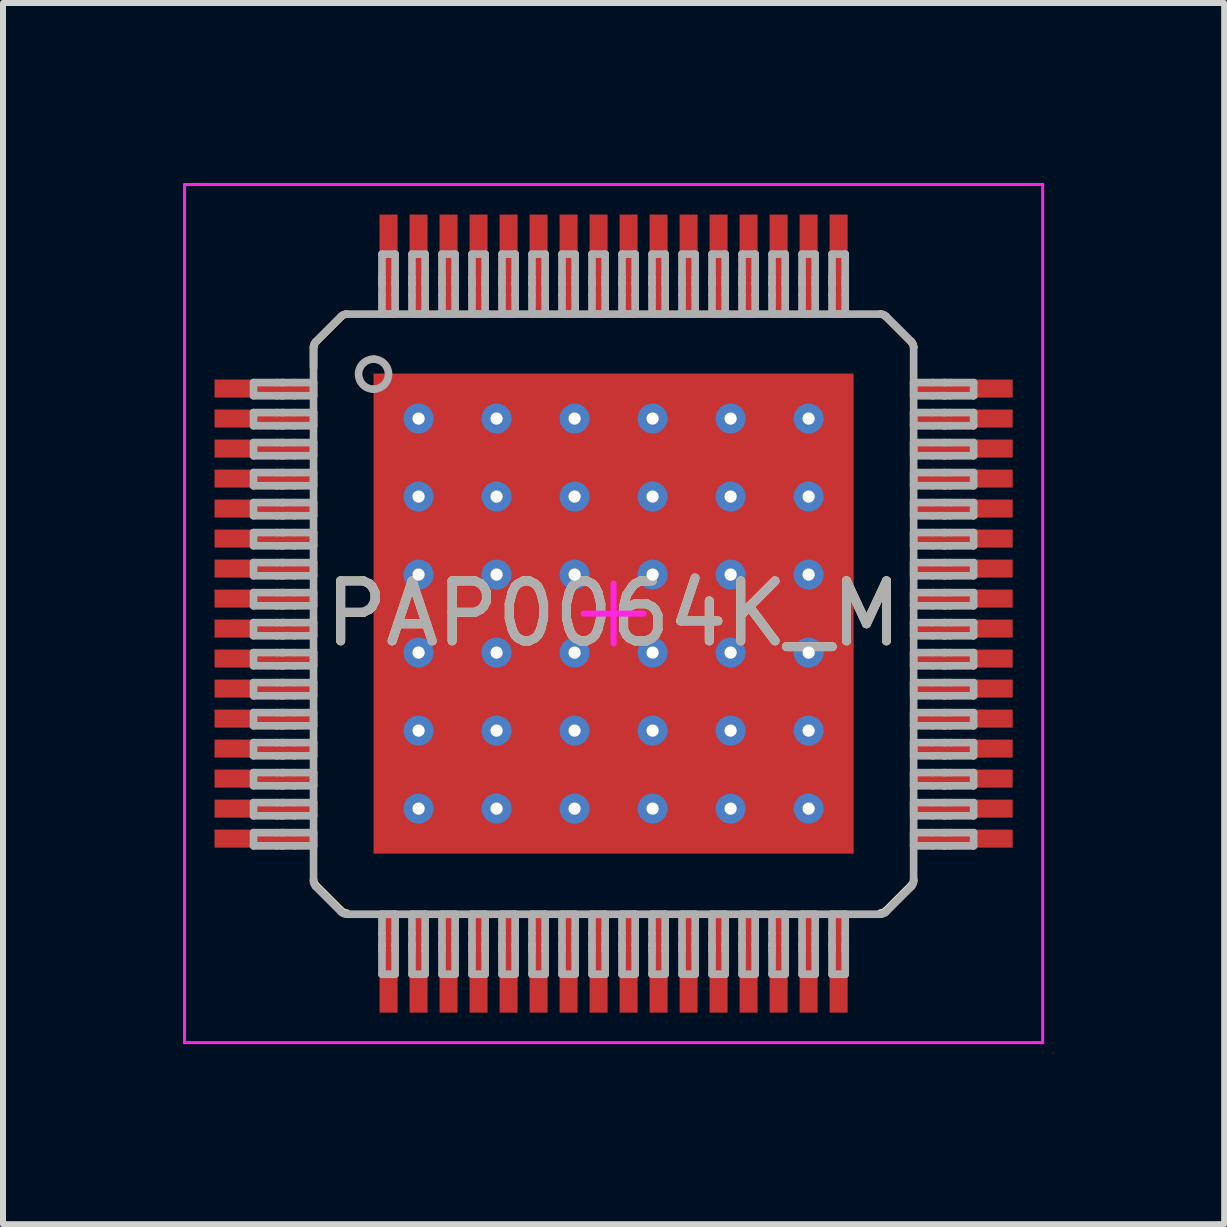
<source format=kicad_pcb>
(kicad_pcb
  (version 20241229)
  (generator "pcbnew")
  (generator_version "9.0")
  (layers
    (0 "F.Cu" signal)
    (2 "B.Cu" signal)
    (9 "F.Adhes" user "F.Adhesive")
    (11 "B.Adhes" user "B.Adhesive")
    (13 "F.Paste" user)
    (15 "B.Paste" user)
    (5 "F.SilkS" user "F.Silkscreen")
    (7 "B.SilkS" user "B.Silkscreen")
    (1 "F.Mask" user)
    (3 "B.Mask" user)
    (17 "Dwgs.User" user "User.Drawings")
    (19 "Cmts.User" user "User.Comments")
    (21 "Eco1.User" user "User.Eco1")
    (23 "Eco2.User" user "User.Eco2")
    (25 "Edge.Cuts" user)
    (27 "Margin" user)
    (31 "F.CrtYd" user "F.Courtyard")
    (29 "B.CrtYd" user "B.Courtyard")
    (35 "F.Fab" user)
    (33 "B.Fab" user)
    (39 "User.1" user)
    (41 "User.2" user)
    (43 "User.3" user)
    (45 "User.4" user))
  (footprint "PAP0064K_M"
    (layer "F.Cu")
    (at 7.175 7.175)
    (property "Reference" "PAP0064K_M" (at 0 0 0) (unlocked yes) (layer "F.SilkS") (effects (font (size 1 1) (thickness 0.15))))
    (attr smd)
    (fp_poly (pts (xy -2.32 2.274) (xy -2.32 -2.274) (xy -2.319 -2.283) (xy -2.316 -2.291) (xy -2.312 -2.299) (xy -2.306 -2.306) (xy -2.299 -2.312) (xy -2.291 -2.316) (xy -2.283 -2.319) (xy -2.274 -2.32) (xy 2.274 -2.32) (xy 2.283 -2.319) (xy 2.291 -2.316) (xy 2.299 -2.312) (xy 2.306 -2.306) (xy 2.312 -2.299) (xy 2.316 -2.291) (xy 2.319 -2.283) (xy 2.32 -2.274) (xy 2.32 2.274) (xy 2.319 2.283) (xy 2.316 2.291) (xy 2.312 2.299) (xy 2.306 2.306) (xy 2.299 2.312) (xy 2.291 2.316) (xy 2.283 2.319) (xy 2.274 2.32) (xy -2.274 2.32) (xy -2.283 2.319) (xy -2.291 2.316) (xy -2.299 2.312) (xy -2.306 2.306) (xy -2.312 2.299) (xy -2.316 2.291) (xy -2.319 2.283)) (stroke (width 0) (type solid)) (fill yes) (layer "F.Mask"))
    (fp_line (start -5 -4.438) (end -5 -4.1) (stroke (width 0.127) (type solid)) (layer "F.SilkS"))
    (fp_line (start -4.963 -4.527) (end -4.537 -4.953) (stroke (width 0.127) (type solid)) (layer "F.SilkS"))
    (fp_line (start -4.963 4.527) (end -4.537 4.953) (stroke (width 0.127) (type solid)) (layer "F.SilkS"))
    (fp_line (start 4.537 -4.953) (end 4.963 -4.527) (stroke (width 0.127) (type solid)) (layer "F.SilkS"))
    (fp_line (start 4.537 4.953) (end 4.963 4.527) (stroke (width 0.127) (type solid)) (layer "F.SilkS"))
    (fp_arc (start -5.000004 -4.437959) (mid -4.990344 -4.485986) (end -4.963224 -4.526783) (stroke (width 0.127) (type solid)) (layer "F.SilkS"))
    (fp_arc (start -4.963225 4.526783) (mid -4.990344 4.485986) (end -5.000004 4.437959) (stroke (width 0.127) (type solid)) (layer "F.SilkS"))
    (fp_arc (start -4.536808 -4.953199) (mid -4.496011 -4.980319) (end -4.447984 -4.989979) (stroke (width 0.127) (type solid)) (layer "F.SilkS"))
    (fp_arc (start -4.447984 4.989979) (mid -4.496011 4.980319) (end -4.536809 4.953199) (stroke (width 0.127) (type solid)) (layer "F.SilkS"))
    (fp_arc (start 4.447984 -4.989979) (mid 4.496011 -4.980319) (end 4.536809 -4.953199) (stroke (width 0.127) (type solid)) (layer "F.SilkS"))
    (fp_arc (start 4.536808 4.953199) (mid 4.496011 4.980319) (end 4.447984 4.989979) (stroke (width 0.127) (type solid)) (layer "F.SilkS"))
    (fp_arc (start 4.963225 -4.526783) (mid 4.990344 -4.485986) (end 5.000004 -4.437959) (stroke (width 0.127) (type solid)) (layer "F.SilkS"))
    (fp_arc (start 5.000004 4.437959) (mid 4.990344 4.485986) (end 4.963224 4.526783) (stroke (width 0.127) (type solid)) (layer "F.SilkS"))
    (fp_poly (pts (xy -2.32 2.274) (xy -2.32 -2.274) (xy -2.319 -2.283) (xy -2.316 -2.291) (xy -2.312 -2.299) (xy -2.306 -2.306) (xy -2.299 -2.312) (xy -2.291 -2.316) (xy -2.283 -2.319) (xy -2.274 -2.32) (xy 2.274 -2.32) (xy 2.283 -2.319) (xy 2.291 -2.316) (xy 2.299 -2.312) (xy 2.306 -2.306) (xy 2.312 -2.299) (xy 2.316 -2.291) (xy 2.319 -2.283) (xy 2.32 -2.274) (xy 2.32 2.274) (xy 2.319 2.283) (xy 2.316 2.291) (xy 2.312 2.299) (xy 2.306 2.306) (xy 2.299 2.312) (xy 2.291 2.316) (xy 2.283 2.319) (xy 2.274 2.32) (xy -2.274 2.32) (xy -2.283 2.319) (xy -2.291 2.316) (xy -2.299 2.312) (xy -2.306 2.306) (xy -2.312 2.299) (xy -2.316 2.291) (xy -2.319 2.283)) (stroke (width 0) (type solid)) (fill yes) (layer "F.Paste"))
    (fp_line (start -7.15 -7.15) (end 7.15 -7.15) (stroke (width 0.05) (type solid)) (layer "F.CrtYd"))
    (fp_line (start -7.15 7.15) (end -7.15 -7.15) (stroke (width 0.05) (type solid)) (layer "F.CrtYd"))
    (fp_line (start -7.15 7.15) (end 7.15 7.15) (stroke (width 0.05) (type solid)) (layer "F.CrtYd"))
    (fp_line (start -0.5 0) (end 0.5 0) (stroke (width 0.1) (type solid)) (layer "F.CrtYd"))
    (fp_line (start 0 0.5) (end 0 -0.5) (stroke (width 0.1) (type solid)) (layer "F.CrtYd"))
    (fp_line (start 7.15 7.15) (end 7.15 -7.15) (stroke (width 0.05) (type solid)) (layer "F.CrtYd"))
    (fp_line (start -6 -3.85) (end -5.61 -3.85) (stroke (width 0.127) (type solid)) (layer "F.Fab"))
    (fp_line (start -6 -3.63) (end -6 -3.85) (stroke (width 0.127) (type solid)) (layer "F.Fab"))
    (fp_line (start -6 -3.63) (end -5.61 -3.63) (stroke (width 0.127) (type solid)) (layer "F.Fab"))
    (fp_line (start -6 -3.35) (end -5.61 -3.35) (stroke (width 0.127) (type solid)) (layer "F.Fab"))
    (fp_line (start -6 -3.13) (end -6 -3.35) (stroke (width 0.127) (type solid)) (layer "F.Fab"))
    (fp_line (start -6 -3.13) (end -5.61 -3.13) (stroke (width 0.127) (type solid)) (layer "F.Fab"))
    (fp_line (start -6 -2.85) (end -5.61 -2.85) (stroke (width 0.127) (type solid)) (layer "F.Fab"))
    (fp_line (start -6 -2.63) (end -6 -2.85) (stroke (width 0.127) (type solid)) (layer "F.Fab"))
    (fp_line (start -6 -2.63) (end -5.61 -2.63) (stroke (width 0.127) (type solid)) (layer "F.Fab"))
    (fp_line (start -6 -2.35) (end -5.61 -2.35) (stroke (width 0.127) (type solid)) (layer "F.Fab"))
    (fp_line (start -6 -2.13) (end -6 -2.35) (stroke (width 0.127) (type solid)) (layer "F.Fab"))
    (fp_line (start -6 -2.13) (end -5.61 -2.13) (stroke (width 0.127) (type solid)) (layer "F.Fab"))
    (fp_line (start -6 -1.85) (end -5.61 -1.85) (stroke (width 0.127) (type solid)) (layer "F.Fab"))
    (fp_line (start -6 -1.63) (end -6 -1.85) (stroke (width 0.127) (type solid)) (layer "F.Fab"))
    (fp_line (start -6 -1.63) (end -5.61 -1.63) (stroke (width 0.127) (type solid)) (layer "F.Fab"))
    (fp_line (start -6 -1.35) (end -5.61 -1.35) (stroke (width 0.127) (type solid)) (layer "F.Fab"))
    (fp_line (start -6 -1.13) (end -6 -1.35) (stroke (width 0.127) (type solid)) (layer "F.Fab"))
    (fp_line (start -6 -1.13) (end -5.61 -1.13) (stroke (width 0.127) (type solid)) (layer "F.Fab"))
    (fp_line (start -6 -0.85) (end -5.61 -0.85) (stroke (width 0.127) (type solid)) (layer "F.Fab"))
    (fp_line (start -6 -0.63) (end -6 -0.85) (stroke (width 0.127) (type solid)) (layer "F.Fab"))
    (fp_line (start -6 -0.63) (end -5.61 -0.63) (stroke (width 0.127) (type solid)) (layer "F.Fab"))
    (fp_line (start -6 -0.35) (end -5.61 -0.35) (stroke (width 0.127) (type solid)) (layer "F.Fab"))
    (fp_line (start -6 -0.13) (end -6 -0.35) (stroke (width 0.127) (type solid)) (layer "F.Fab"))
    (fp_line (start -6 -0.13) (end -5.61 -0.13) (stroke (width 0.127) (type solid)) (layer "F.Fab"))
    (fp_line (start -6 0.15) (end -5.61 0.15) (stroke (width 0.127) (type solid)) (layer "F.Fab"))
    (fp_line (start -6 0.37) (end -6 0.15) (stroke (width 0.127) (type solid)) (layer "F.Fab"))
    (fp_line (start -6 0.37) (end -5.61 0.37) (stroke (width 0.127) (type solid)) (layer "F.Fab"))
    (fp_line (start -6 0.65) (end -5.61 0.65) (stroke (width 0.127) (type solid)) (layer "F.Fab"))
    (fp_line (start -6 0.87) (end -6 0.65) (stroke (width 0.127) (type solid)) (layer "F.Fab"))
    (fp_line (start -6 0.87) (end -5.61 0.87) (stroke (width 0.127) (type solid)) (layer "F.Fab"))
    (fp_line (start -6 1.15) (end -5.61 1.15) (stroke (width 0.127) (type solid)) (layer "F.Fab"))
    (fp_line (start -6 1.37) (end -6 1.15) (stroke (width 0.127) (type solid)) (layer "F.Fab"))
    (fp_line (start -6 1.37) (end -5.61 1.37) (stroke (width 0.127) (type solid)) (layer "F.Fab"))
    (fp_line (start -6 1.65) (end -5.61 1.65) (stroke (width 0.127) (type solid)) (layer "F.Fab"))
    (fp_line (start -6 1.87) (end -6 1.65) (stroke (width 0.127) (type solid)) (layer "F.Fab"))
    (fp_line (start -6 1.87) (end -5.61 1.87) (stroke (width 0.127) (type solid)) (layer "F.Fab"))
    (fp_line (start -6 2.15) (end -5.61 2.15) (stroke (width 0.127) (type solid)) (layer "F.Fab"))
    (fp_line (start -6 2.37) (end -6 2.15) (stroke (width 0.127) (type solid)) (layer "F.Fab"))
    (fp_line (start -6 2.37) (end -5.61 2.37) (stroke (width 0.127) (type solid)) (layer "F.Fab"))
    (fp_line (start -6 2.65) (end -5.61 2.65) (stroke (width 0.127) (type solid)) (layer "F.Fab"))
    (fp_line (start -6 2.87) (end -6 2.65) (stroke (width 0.127) (type solid)) (layer "F.Fab"))
    (fp_line (start -6 2.87) (end -5.61 2.87) (stroke (width 0.127) (type solid)) (layer "F.Fab"))
    (fp_line (start -6 3.15) (end -5.61 3.15) (stroke (width 0.127) (type solid)) (layer "F.Fab"))
    (fp_line (start -6 3.37) (end -6 3.15) (stroke (width 0.127) (type solid)) (layer "F.Fab"))
    (fp_line (start -6 3.37) (end -5.61 3.37) (stroke (width 0.127) (type solid)) (layer "F.Fab"))
    (fp_line (start -6 3.65) (end -5.61 3.65) (stroke (width 0.127) (type solid)) (layer "F.Fab"))
    (fp_line (start -6 3.87) (end -6 3.65) (stroke (width 0.127) (type solid)) (layer "F.Fab"))
    (fp_line (start -6 3.87) (end -5.61 3.87) (stroke (width 0.127) (type solid)) (layer "F.Fab"))
    (fp_line (start -5.61 -3.85) (end -5.53 -3.85) (stroke (width 0.127) (type solid)) (layer "F.Fab"))
    (fp_line (start -5.61 -3.63) (end -5.53 -3.63) (stroke (width 0.127) (type solid)) (layer "F.Fab"))
    (fp_line (start -5.61 -3.35) (end -5.53 -3.35) (stroke (width 0.127) (type solid)) (layer "F.Fab"))
    (fp_line (start -5.61 -3.13) (end -5.53 -3.13) (stroke (width 0.127) (type solid)) (layer "F.Fab"))
    (fp_line (start -5.61 -2.85) (end -5.53 -2.85) (stroke (width 0.127) (type solid)) (layer "F.Fab"))
    (fp_line (start -5.61 -2.63) (end -5.53 -2.63) (stroke (width 0.127) (type solid)) (layer "F.Fab"))
    (fp_line (start -5.61 -2.35) (end -5.53 -2.35) (stroke (width 0.127) (type solid)) (layer "F.Fab"))
    (fp_line (start -5.61 -2.13) (end -5.53 -2.13) (stroke (width 0.127) (type solid)) (layer "F.Fab"))
    (fp_line (start -5.61 -1.85) (end -5.53 -1.85) (stroke (width 0.127) (type solid)) (layer "F.Fab"))
    (fp_line (start -5.61 -1.63) (end -5.53 -1.63) (stroke (width 0.127) (type solid)) (layer "F.Fab"))
    (fp_line (start -5.61 -1.35) (end -5.53 -1.35) (stroke (width 0.127) (type solid)) (layer "F.Fab"))
    (fp_line (start -5.61 -1.13) (end -5.53 -1.13) (stroke (width 0.127) (type solid)) (layer "F.Fab"))
    (fp_line (start -5.61 -0.85) (end -5.53 -0.85) (stroke (width 0.127) (type solid)) (layer "F.Fab"))
    (fp_line (start -5.61 -0.63) (end -5.53 -0.63) (stroke (width 0.127) (type solid)) (layer "F.Fab"))
    (fp_line (start -5.61 -0.35) (end -5.53 -0.35) (stroke (width 0.127) (type solid)) (layer "F.Fab"))
    (fp_line (start -5.61 -0.13) (end -5.53 -0.13) (stroke (width 0.127) (type solid)) (layer "F.Fab"))
    (fp_line (start -5.61 0.15) (end -5.53 0.15) (stroke (width 0.127) (type solid)) (layer "F.Fab"))
    (fp_line (start -5.61 0.37) (end -5.53 0.37) (stroke (width 0.127) (type solid)) (layer "F.Fab"))
    (fp_line (start -5.61 0.65) (end -5.53 0.65) (stroke (width 0.127) (type solid)) (layer "F.Fab"))
    (fp_line (start -5.61 0.87) (end -5.53 0.87) (stroke (width 0.127) (type solid)) (layer "F.Fab"))
    (fp_line (start -5.61 1.15) (end -5.53 1.15) (stroke (width 0.127) (type solid)) (layer "F.Fab"))
    (fp_line (start -5.61 1.37) (end -5.53 1.37) (stroke (width 0.127) (type solid)) (layer "F.Fab"))
    (fp_line (start -5.61 1.65) (end -5.53 1.65) (stroke (width 0.127) (type solid)) (layer "F.Fab"))
    (fp_line (start -5.61 1.87) (end -5.53 1.87) (stroke (width 0.127) (type solid)) (layer "F.Fab"))
    (fp_line (start -5.61 2.15) (end -5.53 2.15) (stroke (width 0.127) (type solid)) (layer "F.Fab"))
    (fp_line (start -5.61 2.37) (end -5.53 2.37) (stroke (width 0.127) (type solid)) (layer "F.Fab"))
    (fp_line (start -5.61 2.65) (end -5.53 2.65) (stroke (width 0.127) (type solid)) (layer "F.Fab"))
    (fp_line (start -5.61 2.87) (end -5.53 2.87) (stroke (width 0.127) (type solid)) (layer "F.Fab"))
    (fp_line (start -5.61 3.15) (end -5.53 3.15) (stroke (width 0.127) (type solid)) (layer "F.Fab"))
    (fp_line (start -5.61 3.37) (end -5.53 3.37) (stroke (width 0.127) (type solid)) (layer "F.Fab"))
    (fp_line (start -5.61 3.65) (end -5.53 3.65) (stroke (width 0.127) (type solid)) (layer "F.Fab"))
    (fp_line (start -5.61 3.87) (end -5.53 3.87) (stroke (width 0.127) (type solid)) (layer "F.Fab"))
    (fp_line (start -5.53 -3.85) (end -5.503 -3.85) (stroke (width 0.127) (type solid)) (layer "F.Fab"))
    (fp_line (start -5.53 -3.63) (end -5.503 -3.63) (stroke (width 0.127) (type solid)) (layer "F.Fab"))
    (fp_line (start -5.53 -3.35) (end -5.503 -3.35) (stroke (width 0.127) (type solid)) (layer "F.Fab"))
    (fp_line (start -5.53 -3.13) (end -5.503 -3.13) (stroke (width 0.127) (type solid)) (layer "F.Fab"))
    (fp_line (start -5.53 -2.85) (end -5.503 -2.85) (stroke (width 0.127) (type solid)) (layer "F.Fab"))
    (fp_line (start -5.53 -2.63) (end -5.503 -2.63) (stroke (width 0.127) (type solid)) (layer "F.Fab"))
    (fp_line (start -5.53 -2.35) (end -5.503 -2.35) (stroke (width 0.127) (type solid)) (layer "F.Fab"))
    (fp_line (start -5.53 -2.13) (end -5.503 -2.13) (stroke (width 0.127) (type solid)) (layer "F.Fab"))
    (fp_line (start -5.53 -1.85) (end -5.503 -1.85) (stroke (width 0.127) (type solid)) (layer "F.Fab"))
    (fp_line (start -5.53 -1.63) (end -5.503 -1.63) (stroke (width 0.127) (type solid)) (layer "F.Fab"))
    (fp_line (start -5.53 -1.35) (end -5.503 -1.35) (stroke (width 0.127) (type solid)) (layer "F.Fab"))
    (fp_line (start -5.53 -1.13) (end -5.503 -1.13) (stroke (width 0.127) (type solid)) (layer "F.Fab"))
    (fp_line (start -5.53 -0.85) (end -5.503 -0.85) (stroke (width 0.127) (type solid)) (layer "F.Fab"))
    (fp_line (start -5.53 -0.63) (end -5.503 -0.63) (stroke (width 0.127) (type solid)) (layer "F.Fab"))
    (fp_line (start -5.53 -0.35) (end -5.503 -0.35) (stroke (width 0.127) (type solid)) (layer "F.Fab"))
    (fp_line (start -5.53 -0.13) (end -5.503 -0.13) (stroke (width 0.127) (type solid)) (layer "F.Fab"))
    (fp_line (start -5.53 0.15) (end -5.503 0.15) (stroke (width 0.127) (type solid)) (layer "F.Fab"))
    (fp_line (start -5.53 0.37) (end -5.503 0.37) (stroke (width 0.127) (type solid)) (layer "F.Fab"))
    (fp_line (start -5.53 0.65) (end -5.503 0.65) (stroke (width 0.127) (type solid)) (layer "F.Fab"))
    (fp_line (start -5.53 0.87) (end -5.503 0.87) (stroke (width 0.127) (type solid)) (layer "F.Fab"))
    (fp_line (start -5.53 1.15) (end -5.503 1.15) (stroke (width 0.127) (type solid)) (layer "F.Fab"))
    (fp_line (start -5.53 1.37) (end -5.503 1.37) (stroke (width 0.127) (type solid)) (layer "F.Fab"))
    (fp_line (start -5.53 1.65) (end -5.503 1.65) (stroke (width 0.127) (type solid)) (layer "F.Fab"))
    (fp_line (start -5.53 1.87) (end -5.503 1.87) (stroke (width 0.127) (type solid)) (layer "F.Fab"))
    (fp_line (start -5.53 2.15) (end -5.503 2.15) (stroke (width 0.127) (type solid)) (layer "F.Fab"))
    (fp_line (start -5.53 2.37) (end -5.503 2.37) (stroke (width 0.127) (type solid)) (layer "F.Fab"))
    (fp_line (start -5.53 2.65) (end -5.503 2.65) (stroke (width 0.127) (type solid)) (layer "F.Fab"))
    (fp_line (start -5.53 2.87) (end -5.503 2.87) (stroke (width 0.127) (type solid)) (layer "F.Fab"))
    (fp_line (start -5.53 3.15) (end -5.503 3.15) (stroke (width 0.127) (type solid)) (layer "F.Fab"))
    (fp_line (start -5.53 3.37) (end -5.503 3.37) (stroke (width 0.127) (type solid)) (layer "F.Fab"))
    (fp_line (start -5.53 3.65) (end -5.503 3.65) (stroke (width 0.127) (type solid)) (layer "F.Fab"))
    (fp_line (start -5.53 3.87) (end -5.503 3.87) (stroke (width 0.127) (type solid)) (layer "F.Fab"))
    (fp_line (start -5.503 -3.85) (end -5.319 -3.85) (stroke (width 0.127) (type solid)) (layer "F.Fab"))
    (fp_line (start -5.503 -3.63) (end -5.319 -3.63) (stroke (width 0.127) (type solid)) (layer "F.Fab"))
    (fp_line (start -5.503 -3.35) (end -5.319 -3.35) (stroke (width 0.127) (type solid)) (layer "F.Fab"))
    (fp_line (start -5.503 -3.13) (end -5.319 -3.13) (stroke (width 0.127) (type solid)) (layer "F.Fab"))
    (fp_line (start -5.503 -2.85) (end -5.319 -2.85) (stroke (width 0.127) (type solid)) (layer "F.Fab"))
    (fp_line (start -5.503 -2.63) (end -5.319 -2.63) (stroke (width 0.127) (type solid)) (layer "F.Fab"))
    (fp_line (start -5.503 -2.35) (end -5.319 -2.35) (stroke (width 0.127) (type solid)) (layer "F.Fab"))
    (fp_line (start -5.503 -2.13) (end -5.319 -2.13) (stroke (width 0.127) (type solid)) (layer "F.Fab"))
    (fp_line (start -5.503 -1.85) (end -5.319 -1.85) (stroke (width 0.127) (type solid)) (layer "F.Fab"))
    (fp_line (start -5.503 -1.63) (end -5.319 -1.63) (stroke (width 0.127) (type solid)) (layer "F.Fab"))
    (fp_line (start -5.503 -1.35) (end -5.319 -1.35) (stroke (width 0.127) (type solid)) (layer "F.Fab"))
    (fp_line (start -5.503 -1.13) (end -5.319 -1.13) (stroke (width 0.127) (type solid)) (layer "F.Fab"))
    (fp_line (start -5.503 -0.85) (end -5.319 -0.85) (stroke (width 0.127) (type solid)) (layer "F.Fab"))
    (fp_line (start -5.503 -0.63) (end -5.319 -0.63) (stroke (width 0.127) (type solid)) (layer "F.Fab"))
    (fp_line (start -5.503 -0.35) (end -5.319 -0.35) (stroke (width 0.127) (type solid)) (layer "F.Fab"))
    (fp_line (start -5.503 -0.13) (end -5.319 -0.13) (stroke (width 0.127) (type solid)) (layer "F.Fab"))
    (fp_line (start -5.503 0.15) (end -5.319 0.15) (stroke (width 0.127) (type solid)) (layer "F.Fab"))
    (fp_line (start -5.503 0.37) (end -5.319 0.37) (stroke (width 0.127) (type solid)) (layer "F.Fab"))
    (fp_line (start -5.503 0.65) (end -5.319 0.65) (stroke (width 0.127) (type solid)) (layer "F.Fab"))
    (fp_line (start -5.503 0.87) (end -5.319 0.87) (stroke (width 0.127) (type solid)) (layer "F.Fab"))
    (fp_line (start -5.503 1.15) (end -5.319 1.15) (stroke (width 0.127) (type solid)) (layer "F.Fab"))
    (fp_line (start -5.503 1.37) (end -5.319 1.37) (stroke (width 0.127) (type solid)) (layer "F.Fab"))
    (fp_line (start -5.503 1.65) (end -5.319 1.65) (stroke (width 0.127) (type solid)) (layer "F.Fab"))
    (fp_line (start -5.503 1.87) (end -5.319 1.87) (stroke (width 0.127) (type solid)) (layer "F.Fab"))
    (fp_line (start -5.503 2.15) (end -5.319 2.15) (stroke (width 0.127) (type solid)) (layer "F.Fab"))
    (fp_line (start -5.503 2.37) (end -5.319 2.37) (stroke (width 0.127) (type solid)) (layer "F.Fab"))
    (fp_line (start -5.503 2.65) (end -5.319 2.65) (stroke (width 0.127) (type solid)) (layer "F.Fab"))
    (fp_line (start -5.503 2.87) (end -5.319 2.87) (stroke (width 0.127) (type solid)) (layer "F.Fab"))
    (fp_line (start -5.503 3.15) (end -5.319 3.15) (stroke (width 0.127) (type solid)) (layer "F.Fab"))
    (fp_line (start -5.503 3.37) (end -5.319 3.37) (stroke (width 0.127) (type solid)) (layer "F.Fab"))
    (fp_line (start -5.503 3.65) (end -5.319 3.65) (stroke (width 0.127) (type solid)) (layer "F.Fab"))
    (fp_line (start -5.503 3.87) (end -5.319 3.87) (stroke (width 0.127) (type solid)) (layer "F.Fab"))
    (fp_line (start -5.319 -3.85) (end -5 -3.85) (stroke (width 0.127) (type solid)) (layer "F.Fab"))
    (fp_line (start -5.319 -3.63) (end -5 -3.63) (stroke (width 0.127) (type solid)) (layer "F.Fab"))
    (fp_line (start -5.319 -3.35) (end -5 -3.35) (stroke (width 0.127) (type solid)) (layer "F.Fab"))
    (fp_line (start -5.319 -3.13) (end -5 -3.13) (stroke (width 0.127) (type solid)) (layer "F.Fab"))
    (fp_line (start -5.319 -2.85) (end -5 -2.85) (stroke (width 0.127) (type solid)) (layer "F.Fab"))
    (fp_line (start -5.319 -2.63) (end -5 -2.63) (stroke (width 0.127) (type solid)) (layer "F.Fab"))
    (fp_line (start -5.319 -2.35) (end -5 -2.35) (stroke (width 0.127) (type solid)) (layer "F.Fab"))
    (fp_line (start -5.319 -2.13) (end -5 -2.13) (stroke (width 0.127) (type solid)) (layer "F.Fab"))
    (fp_line (start -5.319 -1.85) (end -5 -1.85) (stroke (width 0.127) (type solid)) (layer "F.Fab"))
    (fp_line (start -5.319 -1.63) (end -5 -1.63) (stroke (width 0.127) (type solid)) (layer "F.Fab"))
    (fp_line (start -5.319 -1.35) (end -5 -1.35) (stroke (width 0.127) (type solid)) (layer "F.Fab"))
    (fp_line (start -5.319 -1.13) (end -5 -1.13) (stroke (width 0.127) (type solid)) (layer "F.Fab"))
    (fp_line (start -5.319 -0.85) (end -5 -0.85) (stroke (width 0.127) (type solid)) (layer "F.Fab"))
    (fp_line (start -5.319 -0.63) (end -5 -0.63) (stroke (width 0.127) (type solid)) (layer "F.Fab"))
    (fp_line (start -5.319 -0.35) (end -5 -0.35) (stroke (width 0.127) (type solid)) (layer "F.Fab"))
    (fp_line (start -5.319 -0.13) (end -5 -0.13) (stroke (width 0.127) (type solid)) (layer "F.Fab"))
    (fp_line (start -5.319 0.15) (end -5 0.15) (stroke (width 0.127) (type solid)) (layer "F.Fab"))
    (fp_line (start -5.319 0.37) (end -5 0.37) (stroke (width 0.127) (type solid)) (layer "F.Fab"))
    (fp_line (start -5.319 0.65) (end -5 0.65) (stroke (width 0.127) (type solid)) (layer "F.Fab"))
    (fp_line (start -5.319 0.87) (end -5 0.87) (stroke (width 0.127) (type solid)) (layer "F.Fab"))
    (fp_line (start -5.319 1.15) (end -5 1.15) (stroke (width 0.127) (type solid)) (layer "F.Fab"))
    (fp_line (start -5.319 1.37) (end -5 1.37) (stroke (width 0.127) (type solid)) (layer "F.Fab"))
    (fp_line (start -5.319 1.65) (end -5 1.65) (stroke (width 0.127) (type solid)) (layer "F.Fab"))
    (fp_line (start -5.319 1.87) (end -5 1.87) (stroke (width 0.127) (type solid)) (layer "F.Fab"))
    (fp_line (start -5.319 2.15) (end -5 2.15) (stroke (width 0.127) (type solid)) (layer "F.Fab"))
    (fp_line (start -5.319 2.37) (end -5 2.37) (stroke (width 0.127) (type solid)) (layer "F.Fab"))
    (fp_line (start -5.319 2.65) (end -5 2.65) (stroke (width 0.127) (type solid)) (layer "F.Fab"))
    (fp_line (start -5.319 2.87) (end -5 2.87) (stroke (width 0.127) (type solid)) (layer "F.Fab"))
    (fp_line (start -5.319 3.15) (end -5 3.15) (stroke (width 0.127) (type solid)) (layer "F.Fab"))
    (fp_line (start -5.319 3.37) (end -5 3.37) (stroke (width 0.127) (type solid)) (layer "F.Fab"))
    (fp_line (start -5.319 3.65) (end -5 3.65) (stroke (width 0.127) (type solid)) (layer "F.Fab"))
    (fp_line (start -5.319 3.87) (end -5 3.87) (stroke (width 0.127) (type solid)) (layer "F.Fab"))
    (fp_line (start -5 -3.63) (end -5 -3.85) (stroke (width 0.127) (type solid)) (layer "F.Fab"))
    (fp_line (start -5 -3.13) (end -5 -3.35) (stroke (width 0.127) (type solid)) (layer "F.Fab"))
    (fp_line (start -5 -2.63) (end -5 -2.85) (stroke (width 0.127) (type solid)) (layer "F.Fab"))
    (fp_line (start -5 -2.13) (end -5 -2.35) (stroke (width 0.127) (type solid)) (layer "F.Fab"))
    (fp_line (start -5 -1.63) (end -5 -1.85) (stroke (width 0.127) (type solid)) (layer "F.Fab"))
    (fp_line (start -5 -1.13) (end -5 -1.35) (stroke (width 0.127) (type solid)) (layer "F.Fab"))
    (fp_line (start -5 -0.63) (end -5 -0.85) (stroke (width 0.127) (type solid)) (layer "F.Fab"))
    (fp_line (start -5 -0.13) (end -5 -0.35) (stroke (width 0.127) (type solid)) (layer "F.Fab"))
    (fp_line (start -5 0.37) (end -5 0.15) (stroke (width 0.127) (type solid)) (layer "F.Fab"))
    (fp_line (start -5 0.87) (end -5 0.65) (stroke (width 0.127) (type solid)) (layer "F.Fab"))
    (fp_line (start -5 1.37) (end -5 1.15) (stroke (width 0.127) (type solid)) (layer "F.Fab"))
    (fp_line (start -5 1.87) (end -5 1.65) (stroke (width 0.127) (type solid)) (layer "F.Fab"))
    (fp_line (start -5 2.37) (end -5 2.15) (stroke (width 0.127) (type solid)) (layer "F.Fab"))
    (fp_line (start -5 2.87) (end -5 2.65) (stroke (width 0.127) (type solid)) (layer "F.Fab"))
    (fp_line (start -5 3.37) (end -5 3.15) (stroke (width 0.127) (type solid)) (layer "F.Fab"))
    (fp_line (start -5 3.87) (end -5 3.65) (stroke (width 0.127) (type solid)) (layer "F.Fab"))
    (fp_line (start -5 4.458) (end -5 -4.438) (stroke (width 0.127) (type solid)) (layer "F.Fab"))
    (fp_line (start -4.963 -4.527) (end -4.537 -4.953) (stroke (width 0.127) (type solid)) (layer "F.Fab"))
    (fp_line (start -4.963 4.547) (end -4.537 4.973) (stroke (width 0.127) (type solid)) (layer "F.Fab"))
    (fp_line (start -4.448 -4.99) (end 4.448 -4.99) (stroke (width 0.127) (type solid)) (layer "F.Fab"))
    (fp_line (start -4.448 5.01) (end 4.448 5.01) (stroke (width 0.127) (type solid)) (layer "F.Fab"))
    (fp_line (start -3.86 -5.99) (end -3.64 -5.99) (stroke (width 0.127) (type solid)) (layer "F.Fab"))
    (fp_line (start -3.86 -5.6) (end -3.86 -5.99) (stroke (width 0.127) (type solid)) (layer "F.Fab"))
    (fp_line (start -3.86 -5.52) (end -3.86 -5.6) (stroke (width 0.127) (type solid)) (layer "F.Fab"))
    (fp_line (start -3.86 -5.493) (end -3.86 -5.52) (stroke (width 0.127) (type solid)) (layer "F.Fab"))
    (fp_line (start -3.86 -5.309) (end -3.86 -5.493) (stroke (width 0.127) (type solid)) (layer "F.Fab"))
    (fp_line (start -3.86 -4.99) (end -3.86 -5.309) (stroke (width 0.127) (type solid)) (layer "F.Fab"))
    (fp_line (start -3.86 -4.99) (end -3.64 -4.99) (stroke (width 0.127) (type solid)) (layer "F.Fab"))
    (fp_line (start -3.86 5.01) (end -3.64 5.01) (stroke (width 0.127) (type solid)) (layer "F.Fab"))
    (fp_line (start -3.86 5.329) (end -3.86 5.01) (stroke (width 0.127) (type solid)) (layer "F.Fab"))
    (fp_line (start -3.86 5.513) (end -3.86 5.329) (stroke (width 0.127) (type solid)) (layer "F.Fab"))
    (fp_line (start -3.86 5.54) (end -3.86 5.513) (stroke (width 0.127) (type solid)) (layer "F.Fab"))
    (fp_line (start -3.86 5.62) (end -3.86 5.54) (stroke (width 0.127) (type solid)) (layer "F.Fab"))
    (fp_line (start -3.86 6.01) (end -3.86 5.62) (stroke (width 0.127) (type solid)) (layer "F.Fab"))
    (fp_line (start -3.86 6.01) (end -3.64 6.01) (stroke (width 0.127) (type solid)) (layer "F.Fab"))
    (fp_line (start -3.64 -5.6) (end -3.64 -5.99) (stroke (width 0.127) (type solid)) (layer "F.Fab"))
    (fp_line (start -3.64 -5.52) (end -3.64 -5.6) (stroke (width 0.127) (type solid)) (layer "F.Fab"))
    (fp_line (start -3.64 -5.493) (end -3.64 -5.52) (stroke (width 0.127) (type solid)) (layer "F.Fab"))
    (fp_line (start -3.64 -5.309) (end -3.64 -5.493) (stroke (width 0.127) (type solid)) (layer "F.Fab"))
    (fp_line (start -3.64 -4.99) (end -3.64 -5.309) (stroke (width 0.127) (type solid)) (layer "F.Fab"))
    (fp_line (start -3.64 5.329) (end -3.64 5.01) (stroke (width 0.127) (type solid)) (layer "F.Fab"))
    (fp_line (start -3.64 5.513) (end -3.64 5.329) (stroke (width 0.127) (type solid)) (layer "F.Fab"))
    (fp_line (start -3.64 5.54) (end -3.64 5.513) (stroke (width 0.127) (type solid)) (layer "F.Fab"))
    (fp_line (start -3.64 5.62) (end -3.64 5.54) (stroke (width 0.127) (type solid)) (layer "F.Fab"))
    (fp_line (start -3.64 6.01) (end -3.64 5.62) (stroke (width 0.127) (type solid)) (layer "F.Fab"))
    (fp_line (start -3.36 -5.99) (end -3.14 -5.99) (stroke (width 0.127) (type solid)) (layer "F.Fab"))
    (fp_line (start -3.36 -5.6) (end -3.36 -5.99) (stroke (width 0.127) (type solid)) (layer "F.Fab"))
    (fp_line (start -3.36 -5.52) (end -3.36 -5.6) (stroke (width 0.127) (type solid)) (layer "F.Fab"))
    (fp_line (start -3.36 -5.493) (end -3.36 -5.52) (stroke (width 0.127) (type solid)) (layer "F.Fab"))
    (fp_line (start -3.36 -5.309) (end -3.36 -5.493) (stroke (width 0.127) (type solid)) (layer "F.Fab"))
    (fp_line (start -3.36 -4.99) (end -3.36 -5.309) (stroke (width 0.127) (type solid)) (layer "F.Fab"))
    (fp_line (start -3.36 -4.99) (end -3.14 -4.99) (stroke (width 0.127) (type solid)) (layer "F.Fab"))
    (fp_line (start -3.36 5.01) (end -3.14 5.01) (stroke (width 0.127) (type solid)) (layer "F.Fab"))
    (fp_line (start -3.36 5.329) (end -3.36 5.01) (stroke (width 0.127) (type solid)) (layer "F.Fab"))
    (fp_line (start -3.36 5.513) (end -3.36 5.329) (stroke (width 0.127) (type solid)) (layer "F.Fab"))
    (fp_line (start -3.36 5.54) (end -3.36 5.513) (stroke (width 0.127) (type solid)) (layer "F.Fab"))
    (fp_line (start -3.36 5.62) (end -3.36 5.54) (stroke (width 0.127) (type solid)) (layer "F.Fab"))
    (fp_line (start -3.36 6.01) (end -3.36 5.62) (stroke (width 0.127) (type solid)) (layer "F.Fab"))
    (fp_line (start -3.36 6.01) (end -3.14 6.01) (stroke (width 0.127) (type solid)) (layer "F.Fab"))
    (fp_line (start -3.14 -5.6) (end -3.14 -5.99) (stroke (width 0.127) (type solid)) (layer "F.Fab"))
    (fp_line (start -3.14 -5.52) (end -3.14 -5.6) (stroke (width 0.127) (type solid)) (layer "F.Fab"))
    (fp_line (start -3.14 -5.493) (end -3.14 -5.52) (stroke (width 0.127) (type solid)) (layer "F.Fab"))
    (fp_line (start -3.14 -5.309) (end -3.14 -5.493) (stroke (width 0.127) (type solid)) (layer "F.Fab"))
    (fp_line (start -3.14 -4.99) (end -3.14 -5.309) (stroke (width 0.127) (type solid)) (layer "F.Fab"))
    (fp_line (start -3.14 5.329) (end -3.14 5.01) (stroke (width 0.127) (type solid)) (layer "F.Fab"))
    (fp_line (start -3.14 5.513) (end -3.14 5.329) (stroke (width 0.127) (type solid)) (layer "F.Fab"))
    (fp_line (start -3.14 5.54) (end -3.14 5.513) (stroke (width 0.127) (type solid)) (layer "F.Fab"))
    (fp_line (start -3.14 5.62) (end -3.14 5.54) (stroke (width 0.127) (type solid)) (layer "F.Fab"))
    (fp_line (start -3.14 6.01) (end -3.14 5.62) (stroke (width 0.127) (type solid)) (layer "F.Fab"))
    (fp_line (start -2.86 -5.99) (end -2.64 -5.99) (stroke (width 0.127) (type solid)) (layer "F.Fab"))
    (fp_line (start -2.86 -5.6) (end -2.86 -5.99) (stroke (width 0.127) (type solid)) (layer "F.Fab"))
    (fp_line (start -2.86 -5.52) (end -2.86 -5.6) (stroke (width 0.127) (type solid)) (layer "F.Fab"))
    (fp_line (start -2.86 -5.493) (end -2.86 -5.52) (stroke (width 0.127) (type solid)) (layer "F.Fab"))
    (fp_line (start -2.86 -5.309) (end -2.86 -5.493) (stroke (width 0.127) (type solid)) (layer "F.Fab"))
    (fp_line (start -2.86 -4.99) (end -2.86 -5.309) (stroke (width 0.127) (type solid)) (layer "F.Fab"))
    (fp_line (start -2.86 -4.99) (end -2.64 -4.99) (stroke (width 0.127) (type solid)) (layer "F.Fab"))
    (fp_line (start -2.86 5.01) (end -2.64 5.01) (stroke (width 0.127) (type solid)) (layer "F.Fab"))
    (fp_line (start -2.86 5.329) (end -2.86 5.01) (stroke (width 0.127) (type solid)) (layer "F.Fab"))
    (fp_line (start -2.86 5.513) (end -2.86 5.329) (stroke (width 0.127) (type solid)) (layer "F.Fab"))
    (fp_line (start -2.86 5.54) (end -2.86 5.513) (stroke (width 0.127) (type solid)) (layer "F.Fab"))
    (fp_line (start -2.86 5.62) (end -2.86 5.54) (stroke (width 0.127) (type solid)) (layer "F.Fab"))
    (fp_line (start -2.86 6.01) (end -2.86 5.62) (stroke (width 0.127) (type solid)) (layer "F.Fab"))
    (fp_line (start -2.86 6.01) (end -2.64 6.01) (stroke (width 0.127) (type solid)) (layer "F.Fab"))
    (fp_line (start -2.64 -5.6) (end -2.64 -5.99) (stroke (width 0.127) (type solid)) (layer "F.Fab"))
    (fp_line (start -2.64 -5.52) (end -2.64 -5.6) (stroke (width 0.127) (type solid)) (layer "F.Fab"))
    (fp_line (start -2.64 -5.493) (end -2.64 -5.52) (stroke (width 0.127) (type solid)) (layer "F.Fab"))
    (fp_line (start -2.64 -5.309) (end -2.64 -5.493) (stroke (width 0.127) (type solid)) (layer "F.Fab"))
    (fp_line (start -2.64 -4.99) (end -2.64 -5.309) (stroke (width 0.127) (type solid)) (layer "F.Fab"))
    (fp_line (start -2.64 5.329) (end -2.64 5.01) (stroke (width 0.127) (type solid)) (layer "F.Fab"))
    (fp_line (start -2.64 5.513) (end -2.64 5.329) (stroke (width 0.127) (type solid)) (layer "F.Fab"))
    (fp_line (start -2.64 5.54) (end -2.64 5.513) (stroke (width 0.127) (type solid)) (layer "F.Fab"))
    (fp_line (start -2.64 5.62) (end -2.64 5.54) (stroke (width 0.127) (type solid)) (layer "F.Fab"))
    (fp_line (start -2.64 6.01) (end -2.64 5.62) (stroke (width 0.127) (type solid)) (layer "F.Fab"))
    (fp_line (start -2.36 -5.99) (end -2.14 -5.99) (stroke (width 0.127) (type solid)) (layer "F.Fab"))
    (fp_line (start -2.36 -5.6) (end -2.36 -5.99) (stroke (width 0.127) (type solid)) (layer "F.Fab"))
    (fp_line (start -2.36 -5.52) (end -2.36 -5.6) (stroke (width 0.127) (type solid)) (layer "F.Fab"))
    (fp_line (start -2.36 -5.493) (end -2.36 -5.52) (stroke (width 0.127) (type solid)) (layer "F.Fab"))
    (fp_line (start -2.36 -5.309) (end -2.36 -5.493) (stroke (width 0.127) (type solid)) (layer "F.Fab"))
    (fp_line (start -2.36 -4.99) (end -2.36 -5.309) (stroke (width 0.127) (type solid)) (layer "F.Fab"))
    (fp_line (start -2.36 -4.99) (end -2.14 -4.99) (stroke (width 0.127) (type solid)) (layer "F.Fab"))
    (fp_line (start -2.36 5.01) (end -2.14 5.01) (stroke (width 0.127) (type solid)) (layer "F.Fab"))
    (fp_line (start -2.36 5.329) (end -2.36 5.01) (stroke (width 0.127) (type solid)) (layer "F.Fab"))
    (fp_line (start -2.36 5.513) (end -2.36 5.329) (stroke (width 0.127) (type solid)) (layer "F.Fab"))
    (fp_line (start -2.36 5.54) (end -2.36 5.513) (stroke (width 0.127) (type solid)) (layer "F.Fab"))
    (fp_line (start -2.36 5.62) (end -2.36 5.54) (stroke (width 0.127) (type solid)) (layer "F.Fab"))
    (fp_line (start -2.36 6.01) (end -2.36 5.62) (stroke (width 0.127) (type solid)) (layer "F.Fab"))
    (fp_line (start -2.36 6.01) (end -2.14 6.01) (stroke (width 0.127) (type solid)) (layer "F.Fab"))
    (fp_line (start -2.14 -5.6) (end -2.14 -5.99) (stroke (width 0.127) (type solid)) (layer "F.Fab"))
    (fp_line (start -2.14 -5.52) (end -2.14 -5.6) (stroke (width 0.127) (type solid)) (layer "F.Fab"))
    (fp_line (start -2.14 -5.493) (end -2.14 -5.52) (stroke (width 0.127) (type solid)) (layer "F.Fab"))
    (fp_line (start -2.14 -5.309) (end -2.14 -5.493) (stroke (width 0.127) (type solid)) (layer "F.Fab"))
    (fp_line (start -2.14 -4.99) (end -2.14 -5.309) (stroke (width 0.127) (type solid)) (layer "F.Fab"))
    (fp_line (start -2.14 5.329) (end -2.14 5.01) (stroke (width 0.127) (type solid)) (layer "F.Fab"))
    (fp_line (start -2.14 5.513) (end -2.14 5.329) (stroke (width 0.127) (type solid)) (layer "F.Fab"))
    (fp_line (start -2.14 5.54) (end -2.14 5.513) (stroke (width 0.127) (type solid)) (layer "F.Fab"))
    (fp_line (start -2.14 5.62) (end -2.14 5.54) (stroke (width 0.127) (type solid)) (layer "F.Fab"))
    (fp_line (start -2.14 6.01) (end -2.14 5.62) (stroke (width 0.127) (type solid)) (layer "F.Fab"))
    (fp_line (start -1.86 -5.99) (end -1.64 -5.99) (stroke (width 0.127) (type solid)) (layer "F.Fab"))
    (fp_line (start -1.86 -5.6) (end -1.86 -5.99) (stroke (width 0.127) (type solid)) (layer "F.Fab"))
    (fp_line (start -1.86 -5.52) (end -1.86 -5.6) (stroke (width 0.127) (type solid)) (layer "F.Fab"))
    (fp_line (start -1.86 -5.493) (end -1.86 -5.52) (stroke (width 0.127) (type solid)) (layer "F.Fab"))
    (fp_line (start -1.86 -5.309) (end -1.86 -5.493) (stroke (width 0.127) (type solid)) (layer "F.Fab"))
    (fp_line (start -1.86 -4.99) (end -1.86 -5.309) (stroke (width 0.127) (type solid)) (layer "F.Fab"))
    (fp_line (start -1.86 -4.99) (end -1.64 -4.99) (stroke (width 0.127) (type solid)) (layer "F.Fab"))
    (fp_line (start -1.86 5.01) (end -1.64 5.01) (stroke (width 0.127) (type solid)) (layer "F.Fab"))
    (fp_line (start -1.86 5.329) (end -1.86 5.01) (stroke (width 0.127) (type solid)) (layer "F.Fab"))
    (fp_line (start -1.86 5.513) (end -1.86 5.329) (stroke (width 0.127) (type solid)) (layer "F.Fab"))
    (fp_line (start -1.86 5.54) (end -1.86 5.513) (stroke (width 0.127) (type solid)) (layer "F.Fab"))
    (fp_line (start -1.86 5.62) (end -1.86 5.54) (stroke (width 0.127) (type solid)) (layer "F.Fab"))
    (fp_line (start -1.86 6.01) (end -1.86 5.62) (stroke (width 0.127) (type solid)) (layer "F.Fab"))
    (fp_line (start -1.86 6.01) (end -1.64 6.01) (stroke (width 0.127) (type solid)) (layer "F.Fab"))
    (fp_line (start -1.64 -5.6) (end -1.64 -5.99) (stroke (width 0.127) (type solid)) (layer "F.Fab"))
    (fp_line (start -1.64 -5.52) (end -1.64 -5.6) (stroke (width 0.127) (type solid)) (layer "F.Fab"))
    (fp_line (start -1.64 -5.493) (end -1.64 -5.52) (stroke (width 0.127) (type solid)) (layer "F.Fab"))
    (fp_line (start -1.64 -5.309) (end -1.64 -5.493) (stroke (width 0.127) (type solid)) (layer "F.Fab"))
    (fp_line (start -1.64 -4.99) (end -1.64 -5.309) (stroke (width 0.127) (type solid)) (layer "F.Fab"))
    (fp_line (start -1.64 5.329) (end -1.64 5.01) (stroke (width 0.127) (type solid)) (layer "F.Fab"))
    (fp_line (start -1.64 5.513) (end -1.64 5.329) (stroke (width 0.127) (type solid)) (layer "F.Fab"))
    (fp_line (start -1.64 5.54) (end -1.64 5.513) (stroke (width 0.127) (type solid)) (layer "F.Fab"))
    (fp_line (start -1.64 5.62) (end -1.64 5.54) (stroke (width 0.127) (type solid)) (layer "F.Fab"))
    (fp_line (start -1.64 6.01) (end -1.64 5.62) (stroke (width 0.127) (type solid)) (layer "F.Fab"))
    (fp_line (start -1.36 -5.99) (end -1.14 -5.99) (stroke (width 0.127) (type solid)) (layer "F.Fab"))
    (fp_line (start -1.36 -5.6) (end -1.36 -5.99) (stroke (width 0.127) (type solid)) (layer "F.Fab"))
    (fp_line (start -1.36 -5.52) (end -1.36 -5.6) (stroke (width 0.127) (type solid)) (layer "F.Fab"))
    (fp_line (start -1.36 -5.493) (end -1.36 -5.52) (stroke (width 0.127) (type solid)) (layer "F.Fab"))
    (fp_line (start -1.36 -5.309) (end -1.36 -5.493) (stroke (width 0.127) (type solid)) (layer "F.Fab"))
    (fp_line (start -1.36 -4.99) (end -1.36 -5.309) (stroke (width 0.127) (type solid)) (layer "F.Fab"))
    (fp_line (start -1.36 -4.99) (end -1.14 -4.99) (stroke (width 0.127) (type solid)) (layer "F.Fab"))
    (fp_line (start -1.36 5.01) (end -1.14 5.01) (stroke (width 0.127) (type solid)) (layer "F.Fab"))
    (fp_line (start -1.36 5.329) (end -1.36 5.01) (stroke (width 0.127) (type solid)) (layer "F.Fab"))
    (fp_line (start -1.36 5.513) (end -1.36 5.329) (stroke (width 0.127) (type solid)) (layer "F.Fab"))
    (fp_line (start -1.36 5.54) (end -1.36 5.513) (stroke (width 0.127) (type solid)) (layer "F.Fab"))
    (fp_line (start -1.36 5.62) (end -1.36 5.54) (stroke (width 0.127) (type solid)) (layer "F.Fab"))
    (fp_line (start -1.36 6.01) (end -1.36 5.62) (stroke (width 0.127) (type solid)) (layer "F.Fab"))
    (fp_line (start -1.36 6.01) (end -1.14 6.01) (stroke (width 0.127) (type solid)) (layer "F.Fab"))
    (fp_line (start -1.14 -5.6) (end -1.14 -5.99) (stroke (width 0.127) (type solid)) (layer "F.Fab"))
    (fp_line (start -1.14 -5.52) (end -1.14 -5.6) (stroke (width 0.127) (type solid)) (layer "F.Fab"))
    (fp_line (start -1.14 -5.493) (end -1.14 -5.52) (stroke (width 0.127) (type solid)) (layer "F.Fab"))
    (fp_line (start -1.14 -5.309) (end -1.14 -5.493) (stroke (width 0.127) (type solid)) (layer "F.Fab"))
    (fp_line (start -1.14 -4.99) (end -1.14 -5.309) (stroke (width 0.127) (type solid)) (layer "F.Fab"))
    (fp_line (start -1.14 5.329) (end -1.14 5.01) (stroke (width 0.127) (type solid)) (layer "F.Fab"))
    (fp_line (start -1.14 5.513) (end -1.14 5.329) (stroke (width 0.127) (type solid)) (layer "F.Fab"))
    (fp_line (start -1.14 5.54) (end -1.14 5.513) (stroke (width 0.127) (type solid)) (layer "F.Fab"))
    (fp_line (start -1.14 5.62) (end -1.14 5.54) (stroke (width 0.127) (type solid)) (layer "F.Fab"))
    (fp_line (start -1.14 6.01) (end -1.14 5.62) (stroke (width 0.127) (type solid)) (layer "F.Fab"))
    (fp_line (start -0.86 -5.99) (end -0.64 -5.99) (stroke (width 0.127) (type solid)) (layer "F.Fab"))
    (fp_line (start -0.86 -5.6) (end -0.86 -5.99) (stroke (width 0.127) (type solid)) (layer "F.Fab"))
    (fp_line (start -0.86 -5.52) (end -0.86 -5.6) (stroke (width 0.127) (type solid)) (layer "F.Fab"))
    (fp_line (start -0.86 -5.493) (end -0.86 -5.52) (stroke (width 0.127) (type solid)) (layer "F.Fab"))
    (fp_line (start -0.86 -5.309) (end -0.86 -5.493) (stroke (width 0.127) (type solid)) (layer "F.Fab"))
    (fp_line (start -0.86 -4.99) (end -0.86 -5.309) (stroke (width 0.127) (type solid)) (layer "F.Fab"))
    (fp_line (start -0.86 -4.99) (end -0.64 -4.99) (stroke (width 0.127) (type solid)) (layer "F.Fab"))
    (fp_line (start -0.86 5.01) (end -0.64 5.01) (stroke (width 0.127) (type solid)) (layer "F.Fab"))
    (fp_line (start -0.86 5.329) (end -0.86 5.01) (stroke (width 0.127) (type solid)) (layer "F.Fab"))
    (fp_line (start -0.86 5.513) (end -0.86 5.329) (stroke (width 0.127) (type solid)) (layer "F.Fab"))
    (fp_line (start -0.86 5.54) (end -0.86 5.513) (stroke (width 0.127) (type solid)) (layer "F.Fab"))
    (fp_line (start -0.86 5.62) (end -0.86 5.54) (stroke (width 0.127) (type solid)) (layer "F.Fab"))
    (fp_line (start -0.86 6.01) (end -0.86 5.62) (stroke (width 0.127) (type solid)) (layer "F.Fab"))
    (fp_line (start -0.86 6.01) (end -0.64 6.01) (stroke (width 0.127) (type solid)) (layer "F.Fab"))
    (fp_line (start -0.64 -5.6) (end -0.64 -5.99) (stroke (width 0.127) (type solid)) (layer "F.Fab"))
    (fp_line (start -0.64 -5.52) (end -0.64 -5.6) (stroke (width 0.127) (type solid)) (layer "F.Fab"))
    (fp_line (start -0.64 -5.493) (end -0.64 -5.52) (stroke (width 0.127) (type solid)) (layer "F.Fab"))
    (fp_line (start -0.64 -5.309) (end -0.64 -5.493) (stroke (width 0.127) (type solid)) (layer "F.Fab"))
    (fp_line (start -0.64 -4.99) (end -0.64 -5.309) (stroke (width 0.127) (type solid)) (layer "F.Fab"))
    (fp_line (start -0.64 5.329) (end -0.64 5.01) (stroke (width 0.127) (type solid)) (layer "F.Fab"))
    (fp_line (start -0.64 5.513) (end -0.64 5.329) (stroke (width 0.127) (type solid)) (layer "F.Fab"))
    (fp_line (start -0.64 5.54) (end -0.64 5.513) (stroke (width 0.127) (type solid)) (layer "F.Fab"))
    (fp_line (start -0.64 5.62) (end -0.64 5.54) (stroke (width 0.127) (type solid)) (layer "F.Fab"))
    (fp_line (start -0.64 6.01) (end -0.64 5.62) (stroke (width 0.127) (type solid)) (layer "F.Fab"))
    (fp_line (start -0.36 -5.99) (end -0.14 -5.99) (stroke (width 0.127) (type solid)) (layer "F.Fab"))
    (fp_line (start -0.36 -5.6) (end -0.36 -5.99) (stroke (width 0.127) (type solid)) (layer "F.Fab"))
    (fp_line (start -0.36 -5.52) (end -0.36 -5.6) (stroke (width 0.127) (type solid)) (layer "F.Fab"))
    (fp_line (start -0.36 -5.493) (end -0.36 -5.52) (stroke (width 0.127) (type solid)) (layer "F.Fab"))
    (fp_line (start -0.36 -5.309) (end -0.36 -5.493) (stroke (width 0.127) (type solid)) (layer "F.Fab"))
    (fp_line (start -0.36 -4.99) (end -0.36 -5.309) (stroke (width 0.127) (type solid)) (layer "F.Fab"))
    (fp_line (start -0.36 -4.99) (end -0.14 -4.99) (stroke (width 0.127) (type solid)) (layer "F.Fab"))
    (fp_line (start -0.36 5.01) (end -0.14 5.01) (stroke (width 0.127) (type solid)) (layer "F.Fab"))
    (fp_line (start -0.36 5.329) (end -0.36 5.01) (stroke (width 0.127) (type solid)) (layer "F.Fab"))
    (fp_line (start -0.36 5.513) (end -0.36 5.329) (stroke (width 0.127) (type solid)) (layer "F.Fab"))
    (fp_line (start -0.36 5.54) (end -0.36 5.513) (stroke (width 0.127) (type solid)) (layer "F.Fab"))
    (fp_line (start -0.36 5.62) (end -0.36 5.54) (stroke (width 0.127) (type solid)) (layer "F.Fab"))
    (fp_line (start -0.36 6.01) (end -0.36 5.62) (stroke (width 0.127) (type solid)) (layer "F.Fab"))
    (fp_line (start -0.36 6.01) (end -0.14 6.01) (stroke (width 0.127) (type solid)) (layer "F.Fab"))
    (fp_line (start -0.14 -5.6) (end -0.14 -5.99) (stroke (width 0.127) (type solid)) (layer "F.Fab"))
    (fp_line (start -0.14 -5.52) (end -0.14 -5.6) (stroke (width 0.127) (type solid)) (layer "F.Fab"))
    (fp_line (start -0.14 -5.493) (end -0.14 -5.52) (stroke (width 0.127) (type solid)) (layer "F.Fab"))
    (fp_line (start -0.14 -5.309) (end -0.14 -5.493) (stroke (width 0.127) (type solid)) (layer "F.Fab"))
    (fp_line (start -0.14 -4.99) (end -0.14 -5.309) (stroke (width 0.127) (type solid)) (layer "F.Fab"))
    (fp_line (start -0.14 5.329) (end -0.14 5.01) (stroke (width 0.127) (type solid)) (layer "F.Fab"))
    (fp_line (start -0.14 5.513) (end -0.14 5.329) (stroke (width 0.127) (type solid)) (layer "F.Fab"))
    (fp_line (start -0.14 5.54) (end -0.14 5.513) (stroke (width 0.127) (type solid)) (layer "F.Fab"))
    (fp_line (start -0.14 5.62) (end -0.14 5.54) (stroke (width 0.127) (type solid)) (layer "F.Fab"))
    (fp_line (start -0.14 6.01) (end -0.14 5.62) (stroke (width 0.127) (type solid)) (layer "F.Fab"))
    (fp_line (start 0.14 -5.99) (end 0.36 -5.99) (stroke (width 0.127) (type solid)) (layer "F.Fab"))
    (fp_line (start 0.14 -5.6) (end 0.14 -5.99) (stroke (width 0.127) (type solid)) (layer "F.Fab"))
    (fp_line (start 0.14 -5.52) (end 0.14 -5.6) (stroke (width 0.127) (type solid)) (layer "F.Fab"))
    (fp_line (start 0.14 -5.493) (end 0.14 -5.52) (stroke (width 0.127) (type solid)) (layer "F.Fab"))
    (fp_line (start 0.14 -5.309) (end 0.14 -5.493) (stroke (width 0.127) (type solid)) (layer "F.Fab"))
    (fp_line (start 0.14 -4.99) (end 0.14 -5.309) (stroke (width 0.127) (type solid)) (layer "F.Fab"))
    (fp_line (start 0.14 -4.99) (end 0.36 -4.99) (stroke (width 0.127) (type solid)) (layer "F.Fab"))
    (fp_line (start 0.14 5.01) (end 0.36 5.01) (stroke (width 0.127) (type solid)) (layer "F.Fab"))
    (fp_line (start 0.14 5.329) (end 0.14 5.01) (stroke (width 0.127) (type solid)) (layer "F.Fab"))
    (fp_line (start 0.14 5.513) (end 0.14 5.329) (stroke (width 0.127) (type solid)) (layer "F.Fab"))
    (fp_line (start 0.14 5.54) (end 0.14 5.513) (stroke (width 0.127) (type solid)) (layer "F.Fab"))
    (fp_line (start 0.14 5.62) (end 0.14 5.54) (stroke (width 0.127) (type solid)) (layer "F.Fab"))
    (fp_line (start 0.14 6.01) (end 0.14 5.62) (stroke (width 0.127) (type solid)) (layer "F.Fab"))
    (fp_line (start 0.14 6.01) (end 0.36 6.01) (stroke (width 0.127) (type solid)) (layer "F.Fab"))
    (fp_line (start 0.36 -5.6) (end 0.36 -5.99) (stroke (width 0.127) (type solid)) (layer "F.Fab"))
    (fp_line (start 0.36 -5.52) (end 0.36 -5.6) (stroke (width 0.127) (type solid)) (layer "F.Fab"))
    (fp_line (start 0.36 -5.493) (end 0.36 -5.52) (stroke (width 0.127) (type solid)) (layer "F.Fab"))
    (fp_line (start 0.36 -5.309) (end 0.36 -5.493) (stroke (width 0.127) (type solid)) (layer "F.Fab"))
    (fp_line (start 0.36 -4.99) (end 0.36 -5.309) (stroke (width 0.127) (type solid)) (layer "F.Fab"))
    (fp_line (start 0.36 5.329) (end 0.36 5.01) (stroke (width 0.127) (type solid)) (layer "F.Fab"))
    (fp_line (start 0.36 5.513) (end 0.36 5.329) (stroke (width 0.127) (type solid)) (layer "F.Fab"))
    (fp_line (start 0.36 5.54) (end 0.36 5.513) (stroke (width 0.127) (type solid)) (layer "F.Fab"))
    (fp_line (start 0.36 5.62) (end 0.36 5.54) (stroke (width 0.127) (type solid)) (layer "F.Fab"))
    (fp_line (start 0.36 6.01) (end 0.36 5.62) (stroke (width 0.127) (type solid)) (layer "F.Fab"))
    (fp_line (start 0.64 -5.99) (end 0.86 -5.99) (stroke (width 0.127) (type solid)) (layer "F.Fab"))
    (fp_line (start 0.64 -5.6) (end 0.64 -5.99) (stroke (width 0.127) (type solid)) (layer "F.Fab"))
    (fp_line (start 0.64 -5.52) (end 0.64 -5.6) (stroke (width 0.127) (type solid)) (layer "F.Fab"))
    (fp_line (start 0.64 -5.493) (end 0.64 -5.52) (stroke (width 0.127) (type solid)) (layer "F.Fab"))
    (fp_line (start 0.64 -5.309) (end 0.64 -5.493) (stroke (width 0.127) (type solid)) (layer "F.Fab"))
    (fp_line (start 0.64 -4.99) (end 0.64 -5.309) (stroke (width 0.127) (type solid)) (layer "F.Fab"))
    (fp_line (start 0.64 -4.99) (end 0.86 -4.99) (stroke (width 0.127) (type solid)) (layer "F.Fab"))
    (fp_line (start 0.64 5.01) (end 0.86 5.01) (stroke (width 0.127) (type solid)) (layer "F.Fab"))
    (fp_line (start 0.64 5.329) (end 0.64 5.01) (stroke (width 0.127) (type solid)) (layer "F.Fab"))
    (fp_line (start 0.64 5.513) (end 0.64 5.329) (stroke (width 0.127) (type solid)) (layer "F.Fab"))
    (fp_line (start 0.64 5.54) (end 0.64 5.513) (stroke (width 0.127) (type solid)) (layer "F.Fab"))
    (fp_line (start 0.64 5.62) (end 0.64 5.54) (stroke (width 0.127) (type solid)) (layer "F.Fab"))
    (fp_line (start 0.64 6.01) (end 0.64 5.62) (stroke (width 0.127) (type solid)) (layer "F.Fab"))
    (fp_line (start 0.64 6.01) (end 0.86 6.01) (stroke (width 0.127) (type solid)) (layer "F.Fab"))
    (fp_line (start 0.86 -5.6) (end 0.86 -5.99) (stroke (width 0.127) (type solid)) (layer "F.Fab"))
    (fp_line (start 0.86 -5.52) (end 0.86 -5.6) (stroke (width 0.127) (type solid)) (layer "F.Fab"))
    (fp_line (start 0.86 -5.493) (end 0.86 -5.52) (stroke (width 0.127) (type solid)) (layer "F.Fab"))
    (fp_line (start 0.86 -5.309) (end 0.86 -5.493) (stroke (width 0.127) (type solid)) (layer "F.Fab"))
    (fp_line (start 0.86 -4.99) (end 0.86 -5.309) (stroke (width 0.127) (type solid)) (layer "F.Fab"))
    (fp_line (start 0.86 5.329) (end 0.86 5.01) (stroke (width 0.127) (type solid)) (layer "F.Fab"))
    (fp_line (start 0.86 5.513) (end 0.86 5.329) (stroke (width 0.127) (type solid)) (layer "F.Fab"))
    (fp_line (start 0.86 5.54) (end 0.86 5.513) (stroke (width 0.127) (type solid)) (layer "F.Fab"))
    (fp_line (start 0.86 5.62) (end 0.86 5.54) (stroke (width 0.127) (type solid)) (layer "F.Fab"))
    (fp_line (start 0.86 6.01) (end 0.86 5.62) (stroke (width 0.127) (type solid)) (layer "F.Fab"))
    (fp_line (start 1.14 -5.99) (end 1.36 -5.99) (stroke (width 0.127) (type solid)) (layer "F.Fab"))
    (fp_line (start 1.14 -5.6) (end 1.14 -5.99) (stroke (width 0.127) (type solid)) (layer "F.Fab"))
    (fp_line (start 1.14 -5.52) (end 1.14 -5.6) (stroke (width 0.127) (type solid)) (layer "F.Fab"))
    (fp_line (start 1.14 -5.493) (end 1.14 -5.52) (stroke (width 0.127) (type solid)) (layer "F.Fab"))
    (fp_line (start 1.14 -5.309) (end 1.14 -5.493) (stroke (width 0.127) (type solid)) (layer "F.Fab"))
    (fp_line (start 1.14 -4.99) (end 1.14 -5.309) (stroke (width 0.127) (type solid)) (layer "F.Fab"))
    (fp_line (start 1.14 -4.99) (end 1.36 -4.99) (stroke (width 0.127) (type solid)) (layer "F.Fab"))
    (fp_line (start 1.14 5.01) (end 1.36 5.01) (stroke (width 0.127) (type solid)) (layer "F.Fab"))
    (fp_line (start 1.14 5.329) (end 1.14 5.01) (stroke (width 0.127) (type solid)) (layer "F.Fab"))
    (fp_line (start 1.14 5.513) (end 1.14 5.329) (stroke (width 0.127) (type solid)) (layer "F.Fab"))
    (fp_line (start 1.14 5.54) (end 1.14 5.513) (stroke (width 0.127) (type solid)) (layer "F.Fab"))
    (fp_line (start 1.14 5.62) (end 1.14 5.54) (stroke (width 0.127) (type solid)) (layer "F.Fab"))
    (fp_line (start 1.14 6.01) (end 1.14 5.62) (stroke (width 0.127) (type solid)) (layer "F.Fab"))
    (fp_line (start 1.14 6.01) (end 1.36 6.01) (stroke (width 0.127) (type solid)) (layer "F.Fab"))
    (fp_line (start 1.36 -5.6) (end 1.36 -5.99) (stroke (width 0.127) (type solid)) (layer "F.Fab"))
    (fp_line (start 1.36 -5.52) (end 1.36 -5.6) (stroke (width 0.127) (type solid)) (layer "F.Fab"))
    (fp_line (start 1.36 -5.493) (end 1.36 -5.52) (stroke (width 0.127) (type solid)) (layer "F.Fab"))
    (fp_line (start 1.36 -5.309) (end 1.36 -5.493) (stroke (width 0.127) (type solid)) (layer "F.Fab"))
    (fp_line (start 1.36 -4.99) (end 1.36 -5.309) (stroke (width 0.127) (type solid)) (layer "F.Fab"))
    (fp_line (start 1.36 5.329) (end 1.36 5.01) (stroke (width 0.127) (type solid)) (layer "F.Fab"))
    (fp_line (start 1.36 5.513) (end 1.36 5.329) (stroke (width 0.127) (type solid)) (layer "F.Fab"))
    (fp_line (start 1.36 5.54) (end 1.36 5.513) (stroke (width 0.127) (type solid)) (layer "F.Fab"))
    (fp_line (start 1.36 5.62) (end 1.36 5.54) (stroke (width 0.127) (type solid)) (layer "F.Fab"))
    (fp_line (start 1.36 6.01) (end 1.36 5.62) (stroke (width 0.127) (type solid)) (layer "F.Fab"))
    (fp_line (start 1.64 -5.99) (end 1.86 -5.99) (stroke (width 0.127) (type solid)) (layer "F.Fab"))
    (fp_line (start 1.64 -5.6) (end 1.64 -5.99) (stroke (width 0.127) (type solid)) (layer "F.Fab"))
    (fp_line (start 1.64 -5.52) (end 1.64 -5.6) (stroke (width 0.127) (type solid)) (layer "F.Fab"))
    (fp_line (start 1.64 -5.493) (end 1.64 -5.52) (stroke (width 0.127) (type solid)) (layer "F.Fab"))
    (fp_line (start 1.64 -5.309) (end 1.64 -5.493) (stroke (width 0.127) (type solid)) (layer "F.Fab"))
    (fp_line (start 1.64 -4.99) (end 1.64 -5.309) (stroke (width 0.127) (type solid)) (layer "F.Fab"))
    (fp_line (start 1.64 -4.99) (end 1.86 -4.99) (stroke (width 0.127) (type solid)) (layer "F.Fab"))
    (fp_line (start 1.64 5.01) (end 1.86 5.01) (stroke (width 0.127) (type solid)) (layer "F.Fab"))
    (fp_line (start 1.64 5.329) (end 1.64 5.01) (stroke (width 0.127) (type solid)) (layer "F.Fab"))
    (fp_line (start 1.64 5.513) (end 1.64 5.329) (stroke (width 0.127) (type solid)) (layer "F.Fab"))
    (fp_line (start 1.64 5.54) (end 1.64 5.513) (stroke (width 0.127) (type solid)) (layer "F.Fab"))
    (fp_line (start 1.64 5.62) (end 1.64 5.54) (stroke (width 0.127) (type solid)) (layer "F.Fab"))
    (fp_line (start 1.64 6.01) (end 1.64 5.62) (stroke (width 0.127) (type solid)) (layer "F.Fab"))
    (fp_line (start 1.64 6.01) (end 1.86 6.01) (stroke (width 0.127) (type solid)) (layer "F.Fab"))
    (fp_line (start 1.86 -5.6) (end 1.86 -5.99) (stroke (width 0.127) (type solid)) (layer "F.Fab"))
    (fp_line (start 1.86 -5.52) (end 1.86 -5.6) (stroke (width 0.127) (type solid)) (layer "F.Fab"))
    (fp_line (start 1.86 -5.493) (end 1.86 -5.52) (stroke (width 0.127) (type solid)) (layer "F.Fab"))
    (fp_line (start 1.86 -5.309) (end 1.86 -5.493) (stroke (width 0.127) (type solid)) (layer "F.Fab"))
    (fp_line (start 1.86 -4.99) (end 1.86 -5.309) (stroke (width 0.127) (type solid)) (layer "F.Fab"))
    (fp_line (start 1.86 5.329) (end 1.86 5.01) (stroke (width 0.127) (type solid)) (layer "F.Fab"))
    (fp_line (start 1.86 5.513) (end 1.86 5.329) (stroke (width 0.127) (type solid)) (layer "F.Fab"))
    (fp_line (start 1.86 5.54) (end 1.86 5.513) (stroke (width 0.127) (type solid)) (layer "F.Fab"))
    (fp_line (start 1.86 5.62) (end 1.86 5.54) (stroke (width 0.127) (type solid)) (layer "F.Fab"))
    (fp_line (start 1.86 6.01) (end 1.86 5.62) (stroke (width 0.127) (type solid)) (layer "F.Fab"))
    (fp_line (start 2.14 -5.99) (end 2.36 -5.99) (stroke (width 0.127) (type solid)) (layer "F.Fab"))
    (fp_line (start 2.14 -5.6) (end 2.14 -5.99) (stroke (width 0.127) (type solid)) (layer "F.Fab"))
    (fp_line (start 2.14 -5.52) (end 2.14 -5.6) (stroke (width 0.127) (type solid)) (layer "F.Fab"))
    (fp_line (start 2.14 -5.493) (end 2.14 -5.52) (stroke (width 0.127) (type solid)) (layer "F.Fab"))
    (fp_line (start 2.14 -5.309) (end 2.14 -5.493) (stroke (width 0.127) (type solid)) (layer "F.Fab"))
    (fp_line (start 2.14 -4.99) (end 2.14 -5.309) (stroke (width 0.127) (type solid)) (layer "F.Fab"))
    (fp_line (start 2.14 -4.99) (end 2.36 -4.99) (stroke (width 0.127) (type solid)) (layer "F.Fab"))
    (fp_line (start 2.14 5.01) (end 2.36 5.01) (stroke (width 0.127) (type solid)) (layer "F.Fab"))
    (fp_line (start 2.14 5.329) (end 2.14 5.01) (stroke (width 0.127) (type solid)) (layer "F.Fab"))
    (fp_line (start 2.14 5.513) (end 2.14 5.329) (stroke (width 0.127) (type solid)) (layer "F.Fab"))
    (fp_line (start 2.14 5.54) (end 2.14 5.513) (stroke (width 0.127) (type solid)) (layer "F.Fab"))
    (fp_line (start 2.14 5.62) (end 2.14 5.54) (stroke (width 0.127) (type solid)) (layer "F.Fab"))
    (fp_line (start 2.14 6.01) (end 2.14 5.62) (stroke (width 0.127) (type solid)) (layer "F.Fab"))
    (fp_line (start 2.14 6.01) (end 2.36 6.01) (stroke (width 0.127) (type solid)) (layer "F.Fab"))
    (fp_line (start 2.36 -5.6) (end 2.36 -5.99) (stroke (width 0.127) (type solid)) (layer "F.Fab"))
    (fp_line (start 2.36 -5.52) (end 2.36 -5.6) (stroke (width 0.127) (type solid)) (layer "F.Fab"))
    (fp_line (start 2.36 -5.493) (end 2.36 -5.52) (stroke (width 0.127) (type solid)) (layer "F.Fab"))
    (fp_line (start 2.36 -5.309) (end 2.36 -5.493) (stroke (width 0.127) (type solid)) (layer "F.Fab"))
    (fp_line (start 2.36 -4.99) (end 2.36 -5.309) (stroke (width 0.127) (type solid)) (layer "F.Fab"))
    (fp_line (start 2.36 5.329) (end 2.36 5.01) (stroke (width 0.127) (type solid)) (layer "F.Fab"))
    (fp_line (start 2.36 5.513) (end 2.36 5.329) (stroke (width 0.127) (type solid)) (layer "F.Fab"))
    (fp_line (start 2.36 5.54) (end 2.36 5.513) (stroke (width 0.127) (type solid)) (layer "F.Fab"))
    (fp_line (start 2.36 5.62) (end 2.36 5.54) (stroke (width 0.127) (type solid)) (layer "F.Fab"))
    (fp_line (start 2.36 6.01) (end 2.36 5.62) (stroke (width 0.127) (type solid)) (layer "F.Fab"))
    (fp_line (start 2.64 -5.99) (end 2.86 -5.99) (stroke (width 0.127) (type solid)) (layer "F.Fab"))
    (fp_line (start 2.64 -5.6) (end 2.64 -5.99) (stroke (width 0.127) (type solid)) (layer "F.Fab"))
    (fp_line (start 2.64 -5.52) (end 2.64 -5.6) (stroke (width 0.127) (type solid)) (layer "F.Fab"))
    (fp_line (start 2.64 -5.493) (end 2.64 -5.52) (stroke (width 0.127) (type solid)) (layer "F.Fab"))
    (fp_line (start 2.64 -5.309) (end 2.64 -5.493) (stroke (width 0.127) (type solid)) (layer "F.Fab"))
    (fp_line (start 2.64 -4.99) (end 2.64 -5.309) (stroke (width 0.127) (type solid)) (layer "F.Fab"))
    (fp_line (start 2.64 -4.99) (end 2.86 -4.99) (stroke (width 0.127) (type solid)) (layer "F.Fab"))
    (fp_line (start 2.64 5.01) (end 2.86 5.01) (stroke (width 0.127) (type solid)) (layer "F.Fab"))
    (fp_line (start 2.64 5.329) (end 2.64 5.01) (stroke (width 0.127) (type solid)) (layer "F.Fab"))
    (fp_line (start 2.64 5.513) (end 2.64 5.329) (stroke (width 0.127) (type solid)) (layer "F.Fab"))
    (fp_line (start 2.64 5.54) (end 2.64 5.513) (stroke (width 0.127) (type solid)) (layer "F.Fab"))
    (fp_line (start 2.64 5.62) (end 2.64 5.54) (stroke (width 0.127) (type solid)) (layer "F.Fab"))
    (fp_line (start 2.64 6.01) (end 2.64 5.62) (stroke (width 0.127) (type solid)) (layer "F.Fab"))
    (fp_line (start 2.64 6.01) (end 2.86 6.01) (stroke (width 0.127) (type solid)) (layer "F.Fab"))
    (fp_line (start 2.86 -5.6) (end 2.86 -5.99) (stroke (width 0.127) (type solid)) (layer "F.Fab"))
    (fp_line (start 2.86 -5.52) (end 2.86 -5.6) (stroke (width 0.127) (type solid)) (layer "F.Fab"))
    (fp_line (start 2.86 -5.493) (end 2.86 -5.52) (stroke (width 0.127) (type solid)) (layer "F.Fab"))
    (fp_line (start 2.86 -5.309) (end 2.86 -5.493) (stroke (width 0.127) (type solid)) (layer "F.Fab"))
    (fp_line (start 2.86 -4.99) (end 2.86 -5.309) (stroke (width 0.127) (type solid)) (layer "F.Fab"))
    (fp_line (start 2.86 5.329) (end 2.86 5.01) (stroke (width 0.127) (type solid)) (layer "F.Fab"))
    (fp_line (start 2.86 5.513) (end 2.86 5.329) (stroke (width 0.127) (type solid)) (layer "F.Fab"))
    (fp_line (start 2.86 5.54) (end 2.86 5.513) (stroke (width 0.127) (type solid)) (layer "F.Fab"))
    (fp_line (start 2.86 5.62) (end 2.86 5.54) (stroke (width 0.127) (type solid)) (layer "F.Fab"))
    (fp_line (start 2.86 6.01) (end 2.86 5.62) (stroke (width 0.127) (type solid)) (layer "F.Fab"))
    (fp_line (start 3.14 -5.99) (end 3.36 -5.99) (stroke (width 0.127) (type solid)) (layer "F.Fab"))
    (fp_line (start 3.14 -5.6) (end 3.14 -5.99) (stroke (width 0.127) (type solid)) (layer "F.Fab"))
    (fp_line (start 3.14 -5.52) (end 3.14 -5.6) (stroke (width 0.127) (type solid)) (layer "F.Fab"))
    (fp_line (start 3.14 -5.493) (end 3.14 -5.52) (stroke (width 0.127) (type solid)) (layer "F.Fab"))
    (fp_line (start 3.14 -5.309) (end 3.14 -5.493) (stroke (width 0.127) (type solid)) (layer "F.Fab"))
    (fp_line (start 3.14 -4.99) (end 3.14 -5.309) (stroke (width 0.127) (type solid)) (layer "F.Fab"))
    (fp_line (start 3.14 -4.99) (end 3.36 -4.99) (stroke (width 0.127) (type solid)) (layer "F.Fab"))
    (fp_line (start 3.14 5.01) (end 3.36 5.01) (stroke (width 0.127) (type solid)) (layer "F.Fab"))
    (fp_line (start 3.14 5.329) (end 3.14 5.01) (stroke (width 0.127) (type solid)) (layer "F.Fab"))
    (fp_line (start 3.14 5.513) (end 3.14 5.329) (stroke (width 0.127) (type solid)) (layer "F.Fab"))
    (fp_line (start 3.14 5.54) (end 3.14 5.513) (stroke (width 0.127) (type solid)) (layer "F.Fab"))
    (fp_line (start 3.14 5.62) (end 3.14 5.54) (stroke (width 0.127) (type solid)) (layer "F.Fab"))
    (fp_line (start 3.14 6.01) (end 3.14 5.62) (stroke (width 0.127) (type solid)) (layer "F.Fab"))
    (fp_line (start 3.14 6.01) (end 3.36 6.01) (stroke (width 0.127) (type solid)) (layer "F.Fab"))
    (fp_line (start 3.36 -5.6) (end 3.36 -5.99) (stroke (width 0.127) (type solid)) (layer "F.Fab"))
    (fp_line (start 3.36 -5.52) (end 3.36 -5.6) (stroke (width 0.127) (type solid)) (layer "F.Fab"))
    (fp_line (start 3.36 -5.493) (end 3.36 -5.52) (stroke (width 0.127) (type solid)) (layer "F.Fab"))
    (fp_line (start 3.36 -5.309) (end 3.36 -5.493) (stroke (width 0.127) (type solid)) (layer "F.Fab"))
    (fp_line (start 3.36 -4.99) (end 3.36 -5.309) (stroke (width 0.127) (type solid)) (layer "F.Fab"))
    (fp_line (start 3.36 5.329) (end 3.36 5.01) (stroke (width 0.127) (type solid)) (layer "F.Fab"))
    (fp_line (start 3.36 5.513) (end 3.36 5.329) (stroke (width 0.127) (type solid)) (layer "F.Fab"))
    (fp_line (start 3.36 5.54) (end 3.36 5.513) (stroke (width 0.127) (type solid)) (layer "F.Fab"))
    (fp_line (start 3.36 5.62) (end 3.36 5.54) (stroke (width 0.127) (type solid)) (layer "F.Fab"))
    (fp_line (start 3.36 6.01) (end 3.36 5.62) (stroke (width 0.127) (type solid)) (layer "F.Fab"))
    (fp_line (start 3.64 -5.99) (end 3.86 -5.99) (stroke (width 0.127) (type solid)) (layer "F.Fab"))
    (fp_line (start 3.64 -5.6) (end 3.64 -5.99) (stroke (width 0.127) (type solid)) (layer "F.Fab"))
    (fp_line (start 3.64 -5.52) (end 3.64 -5.6) (stroke (width 0.127) (type solid)) (layer "F.Fab"))
    (fp_line (start 3.64 -5.493) (end 3.64 -5.52) (stroke (width 0.127) (type solid)) (layer "F.Fab"))
    (fp_line (start 3.64 -5.309) (end 3.64 -5.493) (stroke (width 0.127) (type solid)) (layer "F.Fab"))
    (fp_line (start 3.64 -4.99) (end 3.64 -5.309) (stroke (width 0.127) (type solid)) (layer "F.Fab"))
    (fp_line (start 3.64 -4.99) (end 3.86 -4.99) (stroke (width 0.127) (type solid)) (layer "F.Fab"))
    (fp_line (start 3.64 5.01) (end 3.86 5.01) (stroke (width 0.127) (type solid)) (layer "F.Fab"))
    (fp_line (start 3.64 5.329) (end 3.64 5.01) (stroke (width 0.127) (type solid)) (layer "F.Fab"))
    (fp_line (start 3.64 5.513) (end 3.64 5.329) (stroke (width 0.127) (type solid)) (layer "F.Fab"))
    (fp_line (start 3.64 5.54) (end 3.64 5.513) (stroke (width 0.127) (type solid)) (layer "F.Fab"))
    (fp_line (start 3.64 5.62) (end 3.64 5.54) (stroke (width 0.127) (type solid)) (layer "F.Fab"))
    (fp_line (start 3.64 6.01) (end 3.64 5.62) (stroke (width 0.127) (type solid)) (layer "F.Fab"))
    (fp_line (start 3.64 6.01) (end 3.86 6.01) (stroke (width 0.127) (type solid)) (layer "F.Fab"))
    (fp_line (start 3.86 -5.6) (end 3.86 -5.99) (stroke (width 0.127) (type solid)) (layer "F.Fab"))
    (fp_line (start 3.86 -5.52) (end 3.86 -5.6) (stroke (width 0.127) (type solid)) (layer "F.Fab"))
    (fp_line (start 3.86 -5.493) (end 3.86 -5.52) (stroke (width 0.127) (type solid)) (layer "F.Fab"))
    (fp_line (start 3.86 -5.309) (end 3.86 -5.493) (stroke (width 0.127) (type solid)) (layer "F.Fab"))
    (fp_line (start 3.86 -4.99) (end 3.86 -5.309) (stroke (width 0.127) (type solid)) (layer "F.Fab"))
    (fp_line (start 3.86 5.329) (end 3.86 5.01) (stroke (width 0.127) (type solid)) (layer "F.Fab"))
    (fp_line (start 3.86 5.513) (end 3.86 5.329) (stroke (width 0.127) (type solid)) (layer "F.Fab"))
    (fp_line (start 3.86 5.54) (end 3.86 5.513) (stroke (width 0.127) (type solid)) (layer "F.Fab"))
    (fp_line (start 3.86 5.62) (end 3.86 5.54) (stroke (width 0.127) (type solid)) (layer "F.Fab"))
    (fp_line (start 3.86 6.01) (end 3.86 5.62) (stroke (width 0.127) (type solid)) (layer "F.Fab"))
    (fp_line (start 4.537 -4.953) (end 4.963 -4.527) (stroke (width 0.127) (type solid)) (layer "F.Fab"))
    (fp_line (start 4.537 4.973) (end 4.963 4.547) (stroke (width 0.127) (type solid)) (layer "F.Fab"))
    (fp_line (start 5 -3.85) (end 5.319 -3.85) (stroke (width 0.127) (type solid)) (layer "F.Fab"))
    (fp_line (start 5 -3.63) (end 5 -3.85) (stroke (width 0.127) (type solid)) (layer "F.Fab"))
    (fp_line (start 5 -3.63) (end 5.319 -3.63) (stroke (width 0.127) (type solid)) (layer "F.Fab"))
    (fp_line (start 5 -3.35) (end 5.319 -3.35) (stroke (width 0.127) (type solid)) (layer "F.Fab"))
    (fp_line (start 5 -3.13) (end 5 -3.35) (stroke (width 0.127) (type solid)) (layer "F.Fab"))
    (fp_line (start 5 -3.13) (end 5.319 -3.13) (stroke (width 0.127) (type solid)) (layer "F.Fab"))
    (fp_line (start 5 -2.85) (end 5.319 -2.85) (stroke (width 0.127) (type solid)) (layer "F.Fab"))
    (fp_line (start 5 -2.63) (end 5 -2.85) (stroke (width 0.127) (type solid)) (layer "F.Fab"))
    (fp_line (start 5 -2.63) (end 5.319 -2.63) (stroke (width 0.127) (type solid)) (layer "F.Fab"))
    (fp_line (start 5 -2.35) (end 5.319 -2.35) (stroke (width 0.127) (type solid)) (layer "F.Fab"))
    (fp_line (start 5 -2.13) (end 5 -2.35) (stroke (width 0.127) (type solid)) (layer "F.Fab"))
    (fp_line (start 5 -2.13) (end 5.319 -2.13) (stroke (width 0.127) (type solid)) (layer "F.Fab"))
    (fp_line (start 5 -1.85) (end 5.319 -1.85) (stroke (width 0.127) (type solid)) (layer "F.Fab"))
    (fp_line (start 5 -1.63) (end 5 -1.85) (stroke (width 0.127) (type solid)) (layer "F.Fab"))
    (fp_line (start 5 -1.63) (end 5.319 -1.63) (stroke (width 0.127) (type solid)) (layer "F.Fab"))
    (fp_line (start 5 -1.35) (end 5.319 -1.35) (stroke (width 0.127) (type solid)) (layer "F.Fab"))
    (fp_line (start 5 -1.13) (end 5 -1.35) (stroke (width 0.127) (type solid)) (layer "F.Fab"))
    (fp_line (start 5 -1.13) (end 5.319 -1.13) (stroke (width 0.127) (type solid)) (layer "F.Fab"))
    (fp_line (start 5 -0.85) (end 5.319 -0.85) (stroke (width 0.127) (type solid)) (layer "F.Fab"))
    (fp_line (start 5 -0.63) (end 5 -0.85) (stroke (width 0.127) (type solid)) (layer "F.Fab"))
    (fp_line (start 5 -0.63) (end 5.319 -0.63) (stroke (width 0.127) (type solid)) (layer "F.Fab"))
    (fp_line (start 5 -0.35) (end 5.319 -0.35) (stroke (width 0.127) (type solid)) (layer "F.Fab"))
    (fp_line (start 5 -0.13) (end 5 -0.35) (stroke (width 0.127) (type solid)) (layer "F.Fab"))
    (fp_line (start 5 -0.13) (end 5.319 -0.13) (stroke (width 0.127) (type solid)) (layer "F.Fab"))
    (fp_line (start 5 0.15) (end 5.319 0.15) (stroke (width 0.127) (type solid)) (layer "F.Fab"))
    (fp_line (start 5 0.37) (end 5 0.15) (stroke (width 0.127) (type solid)) (layer "F.Fab"))
    (fp_line (start 5 0.37) (end 5.319 0.37) (stroke (width 0.127) (type solid)) (layer "F.Fab"))
    (fp_line (start 5 0.65) (end 5.319 0.65) (stroke (width 0.127) (type solid)) (layer "F.Fab"))
    (fp_line (start 5 0.87) (end 5 0.65) (stroke (width 0.127) (type solid)) (layer "F.Fab"))
    (fp_line (start 5 0.87) (end 5.319 0.87) (stroke (width 0.127) (type solid)) (layer "F.Fab"))
    (fp_line (start 5 1.15) (end 5.319 1.15) (stroke (width 0.127) (type solid)) (layer "F.Fab"))
    (fp_line (start 5 1.37) (end 5 1.15) (stroke (width 0.127) (type solid)) (layer "F.Fab"))
    (fp_line (start 5 1.37) (end 5.319 1.37) (stroke (width 0.127) (type solid)) (layer "F.Fab"))
    (fp_line (start 5 1.65) (end 5.319 1.65) (stroke (width 0.127) (type solid)) (layer "F.Fab"))
    (fp_line (start 5 1.87) (end 5 1.65) (stroke (width 0.127) (type solid)) (layer "F.Fab"))
    (fp_line (start 5 1.87) (end 5.319 1.87) (stroke (width 0.127) (type solid)) (layer "F.Fab"))
    (fp_line (start 5 2.15) (end 5.319 2.15) (stroke (width 0.127) (type solid)) (layer "F.Fab"))
    (fp_line (start 5 2.37) (end 5 2.15) (stroke (width 0.127) (type solid)) (layer "F.Fab"))
    (fp_line (start 5 2.37) (end 5.319 2.37) (stroke (width 0.127) (type solid)) (layer "F.Fab"))
    (fp_line (start 5 2.65) (end 5.319 2.65) (stroke (width 0.127) (type solid)) (layer "F.Fab"))
    (fp_line (start 5 2.87) (end 5 2.65) (stroke (width 0.127) (type solid)) (layer "F.Fab"))
    (fp_line (start 5 2.87) (end 5.319 2.87) (stroke (width 0.127) (type solid)) (layer "F.Fab"))
    (fp_line (start 5 3.15) (end 5.319 3.15) (stroke (width 0.127) (type solid)) (layer "F.Fab"))
    (fp_line (start 5 3.37) (end 5 3.15) (stroke (width 0.127) (type solid)) (layer "F.Fab"))
    (fp_line (start 5 3.37) (end 5.319 3.37) (stroke (width 0.127) (type solid)) (layer "F.Fab"))
    (fp_line (start 5 3.65) (end 5.319 3.65) (stroke (width 0.127) (type solid)) (layer "F.Fab"))
    (fp_line (start 5 3.87) (end 5 3.65) (stroke (width 0.127) (type solid)) (layer "F.Fab"))
    (fp_line (start 5 3.87) (end 5.319 3.87) (stroke (width 0.127) (type solid)) (layer "F.Fab"))
    (fp_line (start 5 4.458) (end 5 -4.438) (stroke (width 0.127) (type solid)) (layer "F.Fab"))
    (fp_line (start 5.319 -3.85) (end 5.503 -3.85) (stroke (width 0.127) (type solid)) (layer "F.Fab"))
    (fp_line (start 5.319 -3.63) (end 5.503 -3.63) (stroke (width 0.127) (type solid)) (layer "F.Fab"))
    (fp_line (start 5.319 -3.35) (end 5.503 -3.35) (stroke (width 0.127) (type solid)) (layer "F.Fab"))
    (fp_line (start 5.319 -3.13) (end 5.503 -3.13) (stroke (width 0.127) (type solid)) (layer "F.Fab"))
    (fp_line (start 5.319 -2.85) (end 5.503 -2.85) (stroke (width 0.127) (type solid)) (layer "F.Fab"))
    (fp_line (start 5.319 -2.63) (end 5.503 -2.63) (stroke (width 0.127) (type solid)) (layer "F.Fab"))
    (fp_line (start 5.319 -2.35) (end 5.503 -2.35) (stroke (width 0.127) (type solid)) (layer "F.Fab"))
    (fp_line (start 5.319 -2.13) (end 5.503 -2.13) (stroke (width 0.127) (type solid)) (layer "F.Fab"))
    (fp_line (start 5.319 -1.85) (end 5.503 -1.85) (stroke (width 0.127) (type solid)) (layer "F.Fab"))
    (fp_line (start 5.319 -1.63) (end 5.503 -1.63) (stroke (width 0.127) (type solid)) (layer "F.Fab"))
    (fp_line (start 5.319 -1.35) (end 5.503 -1.35) (stroke (width 0.127) (type solid)) (layer "F.Fab"))
    (fp_line (start 5.319 -1.13) (end 5.503 -1.13) (stroke (width 0.127) (type solid)) (layer "F.Fab"))
    (fp_line (start 5.319 -0.85) (end 5.503 -0.85) (stroke (width 0.127) (type solid)) (layer "F.Fab"))
    (fp_line (start 5.319 -0.63) (end 5.503 -0.63) (stroke (width 0.127) (type solid)) (layer "F.Fab"))
    (fp_line (start 5.319 -0.35) (end 5.503 -0.35) (stroke (width 0.127) (type solid)) (layer "F.Fab"))
    (fp_line (start 5.319 -0.13) (end 5.503 -0.13) (stroke (width 0.127) (type solid)) (layer "F.Fab"))
    (fp_line (start 5.319 0.15) (end 5.503 0.15) (stroke (width 0.127) (type solid)) (layer "F.Fab"))
    (fp_line (start 5.319 0.37) (end 5.503 0.37) (stroke (width 0.127) (type solid)) (layer "F.Fab"))
    (fp_line (start 5.319 0.65) (end 5.503 0.65) (stroke (width 0.127) (type solid)) (layer "F.Fab"))
    (fp_line (start 5.319 0.87) (end 5.503 0.87) (stroke (width 0.127) (type solid)) (layer "F.Fab"))
    (fp_line (start 5.319 1.15) (end 5.503 1.15) (stroke (width 0.127) (type solid)) (layer "F.Fab"))
    (fp_line (start 5.319 1.37) (end 5.503 1.37) (stroke (width 0.127) (type solid)) (layer "F.Fab"))
    (fp_line (start 5.319 1.65) (end 5.503 1.65) (stroke (width 0.127) (type solid)) (layer "F.Fab"))
    (fp_line (start 5.319 1.87) (end 5.503 1.87) (stroke (width 0.127) (type solid)) (layer "F.Fab"))
    (fp_line (start 5.319 2.15) (end 5.503 2.15) (stroke (width 0.127) (type solid)) (layer "F.Fab"))
    (fp_line (start 5.319 2.37) (end 5.503 2.37) (stroke (width 0.127) (type solid)) (layer "F.Fab"))
    (fp_line (start 5.319 2.65) (end 5.503 2.65) (stroke (width 0.127) (type solid)) (layer "F.Fab"))
    (fp_line (start 5.319 2.87) (end 5.503 2.87) (stroke (width 0.127) (type solid)) (layer "F.Fab"))
    (fp_line (start 5.319 3.15) (end 5.503 3.15) (stroke (width 0.127) (type solid)) (layer "F.Fab"))
    (fp_line (start 5.319 3.37) (end 5.503 3.37) (stroke (width 0.127) (type solid)) (layer "F.Fab"))
    (fp_line (start 5.319 3.65) (end 5.503 3.65) (stroke (width 0.127) (type solid)) (layer "F.Fab"))
    (fp_line (start 5.319 3.87) (end 5.503 3.87) (stroke (width 0.127) (type solid)) (layer "F.Fab"))
    (fp_line (start 5.503 -3.85) (end 5.53 -3.85) (stroke (width 0.127) (type solid)) (layer "F.Fab"))
    (fp_line (start 5.503 -3.63) (end 5.53 -3.63) (stroke (width 0.127) (type solid)) (layer "F.Fab"))
    (fp_line (start 5.503 -3.35) (end 5.53 -3.35) (stroke (width 0.127) (type solid)) (layer "F.Fab"))
    (fp_line (start 5.503 -3.13) (end 5.53 -3.13) (stroke (width 0.127) (type solid)) (layer "F.Fab"))
    (fp_line (start 5.503 -2.85) (end 5.53 -2.85) (stroke (width 0.127) (type solid)) (layer "F.Fab"))
    (fp_line (start 5.503 -2.63) (end 5.53 -2.63) (stroke (width 0.127) (type solid)) (layer "F.Fab"))
    (fp_line (start 5.503 -2.35) (end 5.53 -2.35) (stroke (width 0.127) (type solid)) (layer "F.Fab"))
    (fp_line (start 5.503 -2.13) (end 5.53 -2.13) (stroke (width 0.127) (type solid)) (layer "F.Fab"))
    (fp_line (start 5.503 -1.85) (end 5.53 -1.85) (stroke (width 0.127) (type solid)) (layer "F.Fab"))
    (fp_line (start 5.503 -1.63) (end 5.53 -1.63) (stroke (width 0.127) (type solid)) (layer "F.Fab"))
    (fp_line (start 5.503 -1.35) (end 5.53 -1.35) (stroke (width 0.127) (type solid)) (layer "F.Fab"))
    (fp_line (start 5.503 -1.13) (end 5.53 -1.13) (stroke (width 0.127) (type solid)) (layer "F.Fab"))
    (fp_line (start 5.503 -0.85) (end 5.53 -0.85) (stroke (width 0.127) (type solid)) (layer "F.Fab"))
    (fp_line (start 5.503 -0.63) (end 5.53 -0.63) (stroke (width 0.127) (type solid)) (layer "F.Fab"))
    (fp_line (start 5.503 -0.35) (end 5.53 -0.35) (stroke (width 0.127) (type solid)) (layer "F.Fab"))
    (fp_line (start 5.503 -0.13) (end 5.53 -0.13) (stroke (width 0.127) (type solid)) (layer "F.Fab"))
    (fp_line (start 5.503 0.15) (end 5.53 0.15) (stroke (width 0.127) (type solid)) (layer "F.Fab"))
    (fp_line (start 5.503 0.37) (end 5.53 0.37) (stroke (width 0.127) (type solid)) (layer "F.Fab"))
    (fp_line (start 5.503 0.65) (end 5.53 0.65) (stroke (width 0.127) (type solid)) (layer "F.Fab"))
    (fp_line (start 5.503 0.87) (end 5.53 0.87) (stroke (width 0.127) (type solid)) (layer "F.Fab"))
    (fp_line (start 5.503 1.15) (end 5.53 1.15) (stroke (width 0.127) (type solid)) (layer "F.Fab"))
    (fp_line (start 5.503 1.37) (end 5.53 1.37) (stroke (width 0.127) (type solid)) (layer "F.Fab"))
    (fp_line (start 5.503 1.65) (end 5.53 1.65) (stroke (width 0.127) (type solid)) (layer "F.Fab"))
    (fp_line (start 5.503 1.87) (end 5.53 1.87) (stroke (width 0.127) (type solid)) (layer "F.Fab"))
    (fp_line (start 5.503 2.15) (end 5.53 2.15) (stroke (width 0.127) (type solid)) (layer "F.Fab"))
    (fp_line (start 5.503 2.37) (end 5.53 2.37) (stroke (width 0.127) (type solid)) (layer "F.Fab"))
    (fp_line (start 5.503 2.65) (end 5.53 2.65) (stroke (width 0.127) (type solid)) (layer "F.Fab"))
    (fp_line (start 5.503 2.87) (end 5.53 2.87) (stroke (width 0.127) (type solid)) (layer "F.Fab"))
    (fp_line (start 5.503 3.15) (end 5.53 3.15) (stroke (width 0.127) (type solid)) (layer "F.Fab"))
    (fp_line (start 5.503 3.37) (end 5.53 3.37) (stroke (width 0.127) (type solid)) (layer "F.Fab"))
    (fp_line (start 5.503 3.65) (end 5.53 3.65) (stroke (width 0.127) (type solid)) (layer "F.Fab"))
    (fp_line (start 5.503 3.87) (end 5.53 3.87) (stroke (width 0.127) (type solid)) (layer "F.Fab"))
    (fp_line (start 5.53 -3.85) (end 5.61 -3.85) (stroke (width 0.127) (type solid)) (layer "F.Fab"))
    (fp_line (start 5.53 -3.63) (end 5.61 -3.63) (stroke (width 0.127) (type solid)) (layer "F.Fab"))
    (fp_line (start 5.53 -3.35) (end 5.61 -3.35) (stroke (width 0.127) (type solid)) (layer "F.Fab"))
    (fp_line (start 5.53 -3.13) (end 5.61 -3.13) (stroke (width 0.127) (type solid)) (layer "F.Fab"))
    (fp_line (start 5.53 -2.85) (end 5.61 -2.85) (stroke (width 0.127) (type solid)) (layer "F.Fab"))
    (fp_line (start 5.53 -2.63) (end 5.61 -2.63) (stroke (width 0.127) (type solid)) (layer "F.Fab"))
    (fp_line (start 5.53 -2.35) (end 5.61 -2.35) (stroke (width 0.127) (type solid)) (layer "F.Fab"))
    (fp_line (start 5.53 -2.13) (end 5.61 -2.13) (stroke (width 0.127) (type solid)) (layer "F.Fab"))
    (fp_line (start 5.53 -1.85) (end 5.61 -1.85) (stroke (width 0.127) (type solid)) (layer "F.Fab"))
    (fp_line (start 5.53 -1.63) (end 5.61 -1.63) (stroke (width 0.127) (type solid)) (layer "F.Fab"))
    (fp_line (start 5.53 -1.35) (end 5.61 -1.35) (stroke (width 0.127) (type solid)) (layer "F.Fab"))
    (fp_line (start 5.53 -1.13) (end 5.61 -1.13) (stroke (width 0.127) (type solid)) (layer "F.Fab"))
    (fp_line (start 5.53 -0.85) (end 5.61 -0.85) (stroke (width 0.127) (type solid)) (layer "F.Fab"))
    (fp_line (start 5.53 -0.63) (end 5.61 -0.63) (stroke (width 0.127) (type solid)) (layer "F.Fab"))
    (fp_line (start 5.53 -0.35) (end 5.61 -0.35) (stroke (width 0.127) (type solid)) (layer "F.Fab"))
    (fp_line (start 5.53 -0.13) (end 5.61 -0.13) (stroke (width 0.127) (type solid)) (layer "F.Fab"))
    (fp_line (start 5.53 0.15) (end 5.61 0.15) (stroke (width 0.127) (type solid)) (layer "F.Fab"))
    (fp_line (start 5.53 0.37) (end 5.61 0.37) (stroke (width 0.127) (type solid)) (layer "F.Fab"))
    (fp_line (start 5.53 0.65) (end 5.61 0.65) (stroke (width 0.127) (type solid)) (layer "F.Fab"))
    (fp_line (start 5.53 0.87) (end 5.61 0.87) (stroke (width 0.127) (type solid)) (layer "F.Fab"))
    (fp_line (start 5.53 1.15) (end 5.61 1.15) (stroke (width 0.127) (type solid)) (layer "F.Fab"))
    (fp_line (start 5.53 1.37) (end 5.61 1.37) (stroke (width 0.127) (type solid)) (layer "F.Fab"))
    (fp_line (start 5.53 1.65) (end 5.61 1.65) (stroke (width 0.127) (type solid)) (layer "F.Fab"))
    (fp_line (start 5.53 1.87) (end 5.61 1.87) (stroke (width 0.127) (type solid)) (layer "F.Fab"))
    (fp_line (start 5.53 2.15) (end 5.61 2.15) (stroke (width 0.127) (type solid)) (layer "F.Fab"))
    (fp_line (start 5.53 2.37) (end 5.61 2.37) (stroke (width 0.127) (type solid)) (layer "F.Fab"))
    (fp_line (start 5.53 2.65) (end 5.61 2.65) (stroke (width 0.127) (type solid)) (layer "F.Fab"))
    (fp_line (start 5.53 2.87) (end 5.61 2.87) (stroke (width 0.127) (type solid)) (layer "F.Fab"))
    (fp_line (start 5.53 3.15) (end 5.61 3.15) (stroke (width 0.127) (type solid)) (layer "F.Fab"))
    (fp_line (start 5.53 3.37) (end 5.61 3.37) (stroke (width 0.127) (type solid)) (layer "F.Fab"))
    (fp_line (start 5.53 3.65) (end 5.61 3.65) (stroke (width 0.127) (type solid)) (layer "F.Fab"))
    (fp_line (start 5.53 3.87) (end 5.61 3.87) (stroke (width 0.127) (type solid)) (layer "F.Fab"))
    (fp_line (start 5.61 -3.85) (end 6 -3.85) (stroke (width 0.127) (type solid)) (layer "F.Fab"))
    (fp_line (start 5.61 -3.63) (end 6 -3.63) (stroke (width 0.127) (type solid)) (layer "F.Fab"))
    (fp_line (start 5.61 -3.35) (end 6 -3.35) (stroke (width 0.127) (type solid)) (layer "F.Fab"))
    (fp_line (start 5.61 -3.13) (end 6 -3.13) (stroke (width 0.127) (type solid)) (layer "F.Fab"))
    (fp_line (start 5.61 -2.85) (end 6 -2.85) (stroke (width 0.127) (type solid)) (layer "F.Fab"))
    (fp_line (start 5.61 -2.63) (end 6 -2.63) (stroke (width 0.127) (type solid)) (layer "F.Fab"))
    (fp_line (start 5.61 -2.35) (end 6 -2.35) (stroke (width 0.127) (type solid)) (layer "F.Fab"))
    (fp_line (start 5.61 -2.13) (end 6 -2.13) (stroke (width 0.127) (type solid)) (layer "F.Fab"))
    (fp_line (start 5.61 -1.85) (end 6 -1.85) (stroke (width 0.127) (type solid)) (layer "F.Fab"))
    (fp_line (start 5.61 -1.63) (end 6 -1.63) (stroke (width 0.127) (type solid)) (layer "F.Fab"))
    (fp_line (start 5.61 -1.35) (end 6 -1.35) (stroke (width 0.127) (type solid)) (layer "F.Fab"))
    (fp_line (start 5.61 -1.13) (end 6 -1.13) (stroke (width 0.127) (type solid)) (layer "F.Fab"))
    (fp_line (start 5.61 -0.85) (end 6 -0.85) (stroke (width 0.127) (type solid)) (layer "F.Fab"))
    (fp_line (start 5.61 -0.63) (end 6 -0.63) (stroke (width 0.127) (type solid)) (layer "F.Fab"))
    (fp_line (start 5.61 -0.35) (end 6 -0.35) (stroke (width 0.127) (type solid)) (layer "F.Fab"))
    (fp_line (start 5.61 -0.13) (end 6 -0.13) (stroke (width 0.127) (type solid)) (layer "F.Fab"))
    (fp_line (start 5.61 0.15) (end 6 0.15) (stroke (width 0.127) (type solid)) (layer "F.Fab"))
    (fp_line (start 5.61 0.37) (end 6 0.37) (stroke (width 0.127) (type solid)) (layer "F.Fab"))
    (fp_line (start 5.61 0.65) (end 6 0.65) (stroke (width 0.127) (type solid)) (layer "F.Fab"))
    (fp_line (start 5.61 0.87) (end 6 0.87) (stroke (width 0.127) (type solid)) (layer "F.Fab"))
    (fp_line (start 5.61 1.15) (end 6 1.15) (stroke (width 0.127) (type solid)) (layer "F.Fab"))
    (fp_line (start 5.61 1.37) (end 6 1.37) (stroke (width 0.127) (type solid)) (layer "F.Fab"))
    (fp_line (start 5.61 1.65) (end 6 1.65) (stroke (width 0.127) (type solid)) (layer "F.Fab"))
    (fp_line (start 5.61 1.87) (end 6 1.87) (stroke (width 0.127) (type solid)) (layer "F.Fab"))
    (fp_line (start 5.61 2.15) (end 6 2.15) (stroke (width 0.127) (type solid)) (layer "F.Fab"))
    (fp_line (start 5.61 2.37) (end 6 2.37) (stroke (width 0.127) (type solid)) (layer "F.Fab"))
    (fp_line (start 5.61 2.65) (end 6 2.65) (stroke (width 0.127) (type solid)) (layer "F.Fab"))
    (fp_line (start 5.61 2.87) (end 6 2.87) (stroke (width 0.127) (type solid)) (layer "F.Fab"))
    (fp_line (start 5.61 3.15) (end 6 3.15) (stroke (width 0.127) (type solid)) (layer "F.Fab"))
    (fp_line (start 5.61 3.37) (end 6 3.37) (stroke (width 0.127) (type solid)) (layer "F.Fab"))
    (fp_line (start 5.61 3.65) (end 6 3.65) (stroke (width 0.127) (type solid)) (layer "F.Fab"))
    (fp_line (start 5.61 3.87) (end 6 3.87) (stroke (width 0.127) (type solid)) (layer "F.Fab"))
    (fp_line (start 6 -3.63) (end 6 -3.85) (stroke (width 0.127) (type solid)) (layer "F.Fab"))
    (fp_line (start 6 -3.13) (end 6 -3.35) (stroke (width 0.127) (type solid)) (layer "F.Fab"))
    (fp_line (start 6 -2.63) (end 6 -2.85) (stroke (width 0.127) (type solid)) (layer "F.Fab"))
    (fp_line (start 6 -2.13) (end 6 -2.35) (stroke (width 0.127) (type solid)) (layer "F.Fab"))
    (fp_line (start 6 -1.63) (end 6 -1.85) (stroke (width 0.127) (type solid)) (layer "F.Fab"))
    (fp_line (start 6 -1.13) (end 6 -1.35) (stroke (width 0.127) (type solid)) (layer "F.Fab"))
    (fp_line (start 6 -0.63) (end 6 -0.85) (stroke (width 0.127) (type solid)) (layer "F.Fab"))
    (fp_line (start 6 -0.13) (end 6 -0.35) (stroke (width 0.127) (type solid)) (layer "F.Fab"))
    (fp_line (start 6 0.37) (end 6 0.15) (stroke (width 0.127) (type solid)) (layer "F.Fab"))
    (fp_line (start 6 0.87) (end 6 0.65) (stroke (width 0.127) (type solid)) (layer "F.Fab"))
    (fp_line (start 6 1.37) (end 6 1.15) (stroke (width 0.127) (type solid)) (layer "F.Fab"))
    (fp_line (start 6 1.87) (end 6 1.65) (stroke (width 0.127) (type solid)) (layer "F.Fab"))
    (fp_line (start 6 2.37) (end 6 2.15) (stroke (width 0.127) (type solid)) (layer "F.Fab"))
    (fp_line (start 6 2.87) (end 6 2.65) (stroke (width 0.127) (type solid)) (layer "F.Fab"))
    (fp_line (start 6 3.37) (end 6 3.15) (stroke (width 0.127) (type solid)) (layer "F.Fab"))
    (fp_line (start 6 3.87) (end 6 3.65) (stroke (width 0.127) (type solid)) (layer "F.Fab"))
    (fp_arc (start -4.999976 -4.43796) (mid -4.990311 -4.486004) (end -4.963172 -4.526809) (stroke (width 0.127) (type solid)) (layer "F.Fab"))
    (fp_arc (start -4.963172 4.546834) (mid -4.990311 4.506029) (end -4.999976 4.457986) (stroke (width 0.127) (type solid)) (layer "F.Fab"))
    (fp_arc (start -4.536809 -4.953172) (mid -4.496004 -4.980311) (end -4.44796 -4.989976) (stroke (width 0.127) (type solid)) (layer "F.Fab"))
    (fp_arc (start -4.447958 5.010001) (mid -4.496004 5.000323) (end -4.536807 4.973172) (stroke (width 0.127) (type solid)) (layer "F.Fab"))
    (fp_arc (start -3.999979 -4.239992) (mid -3.74998 -3.989992) (end -3.999979 -3.739993) (stroke (width 0.127) (type solid)) (layer "F.Fab"))
    (fp_arc (start -3.999979 -3.739993) (mid -4.249979 -3.989992) (end -3.999979 -4.239992) (stroke (width 0.127) (type solid)) (layer "F.Fab"))
    (fp_arc (start 4.447984 -4.989979) (mid 4.496011 -4.980319) (end 4.536809 -4.953199) (stroke (width 0.127) (type solid)) (layer "F.Fab"))
    (fp_arc (start 4.536808 4.973225) (mid 4.496011 5.000344) (end 4.447984 5.010004) (stroke (width 0.127) (type solid)) (layer "F.Fab"))
    (fp_arc (start 4.963225 -4.526783) (mid 4.990344 -4.485986) (end 5.000004 -4.437959) (stroke (width 0.127) (type solid)) (layer "F.Fab"))
    (fp_arc (start 5.000004 4.457984) (mid 4.990344 4.506011) (end 4.963224 4.546809) (stroke (width 0.127) (type solid)) (layer "F.Fab"))
    (fp_text user "${REFERENCE}" (at 0 0 0) (unlocked yes) (layer "F.Fab") (effects (font (size 1 1) (thickness 0.15))))
    (pad "1" smd rect (at -5.825 -3.75 90) (size 0.3 1.65) (layers "F.Cu" "F.Mask" "F.Paste"))
    (pad "2" smd rect (at -5.825 -3.25 90) (size 0.3 1.65) (layers "F.Cu" "F.Mask" "F.Paste"))
    (pad "3" smd rect (at -5.825 -2.75 90) (size 0.3 1.65) (layers "F.Cu" "F.Mask" "F.Paste"))
    (pad "4" smd rect (at -5.825 -2.25 90) (size 0.3 1.65) (layers "F.Cu" "F.Mask" "F.Paste"))
    (pad "5" smd rect (at -5.825 -1.75 90) (size 0.3 1.65) (layers "F.Cu" "F.Mask" "F.Paste"))
    (pad "6" smd rect (at -5.825 -1.25 90) (size 0.3 1.65) (layers "F.Cu" "F.Mask" "F.Paste"))
    (pad "7" smd rect (at -5.825 -0.75 90) (size 0.3 1.65) (layers "F.Cu" "F.Mask" "F.Paste"))
    (pad "8" smd rect (at -5.825 -0.25 90) (size 0.3 1.65) (layers "F.Cu" "F.Mask" "F.Paste"))
    (pad "9" smd rect (at -5.825 0.25 90) (size 0.3 1.65) (layers "F.Cu" "F.Mask" "F.Paste"))
    (pad "10" smd rect (at -5.825 0.75 90) (size 0.3 1.65) (layers "F.Cu" "F.Mask" "F.Paste"))
    (pad "11" smd rect (at -5.825 1.25 90) (size 0.3 1.65) (layers "F.Cu" "F.Mask" "F.Paste"))
    (pad "12" smd rect (at -5.825 1.75 90) (size 0.3 1.65) (layers "F.Cu" "F.Mask" "F.Paste"))
    (pad "13" smd rect (at -5.825 2.25 90) (size 0.3 1.65) (layers "F.Cu" "F.Mask" "F.Paste"))
    (pad "14" smd rect (at -5.825 2.75 90) (size 0.3 1.65) (layers "F.Cu" "F.Mask" "F.Paste"))
    (pad "15" smd rect (at -5.825 3.25 90) (size 0.3 1.65) (layers "F.Cu" "F.Mask" "F.Paste"))
    (pad "16" smd rect (at -5.825 3.75 90) (size 0.3 1.65) (layers "F.Cu" "F.Mask" "F.Paste"))
    (pad "17" smd rect (at -3.75 5.825) (size 0.3 1.65) (layers "F.Cu" "F.Mask" "F.Paste"))
    (pad "18" smd rect (at -3.25 5.825) (size 0.3 1.65) (layers "F.Cu" "F.Mask" "F.Paste"))
    (pad "19" smd rect (at -2.75 5.825) (size 0.3 1.65) (layers "F.Cu" "F.Mask" "F.Paste"))
    (pad "20" smd rect (at -2.25 5.825) (size 0.3 1.65) (layers "F.Cu" "F.Mask" "F.Paste"))
    (pad "21" smd rect (at -1.75 5.825) (size 0.3 1.65) (layers "F.Cu" "F.Mask" "F.Paste"))
    (pad "22" smd rect (at -1.25 5.825) (size 0.3 1.65) (layers "F.Cu" "F.Mask" "F.Paste"))
    (pad "23" smd rect (at -0.75 5.825) (size 0.3 1.65) (layers "F.Cu" "F.Mask" "F.Paste"))
    (pad "24" smd rect (at -0.25 5.825) (size 0.3 1.65) (layers "F.Cu" "F.Mask" "F.Paste"))
    (pad "25" smd rect (at 0.25 5.825) (size 0.3 1.65) (layers "F.Cu" "F.Mask" "F.Paste"))
    (pad "26" smd rect (at 0.75 5.825) (size 0.3 1.65) (layers "F.Cu" "F.Mask" "F.Paste"))
    (pad "27" smd rect (at 1.25 5.825) (size 0.3 1.65) (layers "F.Cu" "F.Mask" "F.Paste"))
    (pad "28" smd rect (at 1.75 5.825) (size 0.3 1.65) (layers "F.Cu" "F.Mask" "F.Paste"))
    (pad "29" smd rect (at 2.25 5.825) (size 0.3 1.65) (layers "F.Cu" "F.Mask" "F.Paste"))
    (pad "30" smd rect (at 2.75 5.825) (size 0.3 1.65) (layers "F.Cu" "F.Mask" "F.Paste"))
    (pad "31" smd rect (at 3.25 5.825) (size 0.3 1.65) (layers "F.Cu" "F.Mask" "F.Paste"))
    (pad "32" smd rect (at 3.75 5.825) (size 0.3 1.65) (layers "F.Cu" "F.Mask" "F.Paste"))
    (pad "33" smd rect (at 5.825 3.75 90) (size 0.3 1.65) (layers "F.Cu" "F.Mask" "F.Paste"))
    (pad "34" smd rect (at 5.825 3.25 90) (size 0.3 1.65) (layers "F.Cu" "F.Mask" "F.Paste"))
    (pad "35" smd rect (at 5.825 2.75 90) (size 0.3 1.65) (layers "F.Cu" "F.Mask" "F.Paste"))
    (pad "36" smd rect (at 5.825 2.25 90) (size 0.3 1.65) (layers "F.Cu" "F.Mask" "F.Paste"))
    (pad "37" smd rect (at 5.825 1.75 90) (size 0.3 1.65) (layers "F.Cu" "F.Mask" "F.Paste"))
    (pad "38" smd rect (at 5.825 1.25 90) (size 0.3 1.65) (layers "F.Cu" "F.Mask" "F.Paste"))
    (pad "39" smd rect (at 5.825 0.75 90) (size 0.3 1.65) (layers "F.Cu" "F.Mask" "F.Paste"))
    (pad "40" smd rect (at 5.825 0.25 90) (size 0.3 1.65) (layers "F.Cu" "F.Mask" "F.Paste"))
    (pad "41" smd rect (at 5.825 -0.25 90) (size 0.3 1.65) (layers "F.Cu" "F.Mask" "F.Paste"))
    (pad "42" smd rect (at 5.825 -0.75 90) (size 0.3 1.65) (layers "F.Cu" "F.Mask" "F.Paste"))
    (pad "43" smd rect (at 5.825 -1.25 90) (size 0.3 1.65) (layers "F.Cu" "F.Mask" "F.Paste"))
    (pad "44" smd rect (at 5.825 -1.75 90) (size 0.3 1.65) (layers "F.Cu" "F.Mask" "F.Paste"))
    (pad "45" smd rect (at 5.825 -2.25 90) (size 0.3 1.65) (layers "F.Cu" "F.Mask" "F.Paste"))
    (pad "46" smd rect (at 5.825 -2.75 90) (size 0.3 1.65) (layers "F.Cu" "F.Mask" "F.Paste"))
    (pad "47" smd rect (at 5.825 -3.25 90) (size 0.3 1.65) (layers "F.Cu" "F.Mask" "F.Paste"))
    (pad "48" smd rect (at 5.825 -3.75 90) (size 0.3 1.65) (layers "F.Cu" "F.Mask" "F.Paste"))
    (pad "49" smd rect (at 3.75 -5.825) (size 0.3 1.65) (layers "F.Cu" "F.Mask" "F.Paste"))
    (pad "50" smd rect (at 3.25 -5.825) (size 0.3 1.65) (layers "F.Cu" "F.Mask" "F.Paste"))
    (pad "51" smd rect (at 2.75 -5.825) (size 0.3 1.65) (layers "F.Cu" "F.Mask" "F.Paste"))
    (pad "52" smd rect (at 2.25 -5.825) (size 0.3 1.65) (layers "F.Cu" "F.Mask" "F.Paste"))
    (pad "53" smd rect (at 1.75 -5.825) (size 0.3 1.65) (layers "F.Cu" "F.Mask" "F.Paste"))
    (pad "54" smd rect (at 1.25 -5.825) (size 0.3 1.65) (layers "F.Cu" "F.Mask" "F.Paste"))
    (pad "55" smd rect (at 0.75 -5.825) (size 0.3 1.65) (layers "F.Cu" "F.Mask" "F.Paste"))
    (pad "56" smd rect (at 0.25 -5.825) (size 0.3 1.65) (layers "F.Cu" "F.Mask" "F.Paste"))
    (pad "57" smd rect (at -0.25 -5.825) (size 0.3 1.65) (layers "F.Cu" "F.Mask" "F.Paste"))
    (pad "58" smd rect (at -0.75 -5.825) (size 0.3 1.65) (layers "F.Cu" "F.Mask" "F.Paste"))
    (pad "59" smd rect (at -1.25 -5.825) (size 0.3 1.65) (layers "F.Cu" "F.Mask" "F.Paste"))
    (pad "60" smd rect (at -1.75 -5.825) (size 0.3 1.65) (layers "F.Cu" "F.Mask" "F.Paste"))
    (pad "61" smd rect (at -2.25 -5.825) (size 0.3 1.65) (layers "F.Cu" "F.Mask" "F.Paste"))
    (pad "62" smd rect (at -2.75 -5.825) (size 0.3 1.65) (layers "F.Cu" "F.Mask" "F.Paste"))
    (pad "63" smd rect (at -3.25 -5.825) (size 0.3 1.65) (layers "F.Cu" "F.Mask" "F.Paste"))
    (pad "64" smd rect (at -3.75 -5.825) (size 0.3 1.65) (layers "F.Cu" "F.Mask" "F.Paste"))
    (pad "65" smd rect (at 0 0) (size 8 8) (layers "F.Cu"))
    (pad "V" thru_hole circle (at -3.25 -3.25) (size 0.5 0.5) (drill 0.203) (layers "*.Cu" "*.Mask"))
    (pad "V" thru_hole circle (at -3.25 -1.95) (size 0.5 0.5) (drill 0.203) (layers "*.Cu" "*.Mask"))
    (pad "V" thru_hole circle (at -3.25 -0.65) (size 0.5 0.5) (drill 0.203) (layers "*.Cu" "*.Mask"))
    (pad "V" thru_hole circle (at -3.25 0.65) (size 0.5 0.5) (drill 0.203) (layers "*.Cu" "*.Mask"))
    (pad "V" thru_hole circle (at -3.25 1.95) (size 0.5 0.5) (drill 0.203) (layers "*.Cu" "*.Mask"))
    (pad "V" thru_hole circle (at -3.25 3.25) (size 0.5 0.5) (drill 0.203) (layers "*.Cu" "*.Mask"))
    (pad "V" thru_hole circle (at -1.95 -3.25) (size 0.5 0.5) (drill 0.203) (layers "*.Cu" "*.Mask"))
    (pad "V" thru_hole circle (at -1.95 -1.95) (size 0.5 0.5) (drill 0.203) (layers "*.Cu" "*.Mask"))
    (pad "V" thru_hole circle (at -1.95 -0.65) (size 0.5 0.5) (drill 0.203) (layers "*.Cu" "*.Mask"))
    (pad "V" thru_hole circle (at -1.95 0.65) (size 0.5 0.5) (drill 0.203) (layers "*.Cu" "*.Mask"))
    (pad "V" thru_hole circle (at -1.95 1.95) (size 0.5 0.5) (drill 0.203) (layers "*.Cu" "*.Mask"))
    (pad "V" thru_hole circle (at -1.95 3.25) (size 0.5 0.5) (drill 0.203) (layers "*.Cu" "*.Mask"))
    (pad "V" thru_hole circle (at -0.65 -3.25) (size 0.5 0.5) (drill 0.203) (layers "*.Cu" "*.Mask"))
    (pad "V" thru_hole circle (at -0.65 -1.95) (size 0.5 0.5) (drill 0.203) (layers "*.Cu" "*.Mask"))
    (pad "V" thru_hole circle (at -0.65 -0.65) (size 0.5 0.5) (drill 0.203) (layers "*.Cu" "*.Mask"))
    (pad "V" thru_hole circle (at -0.65 0.65) (size 0.5 0.5) (drill 0.203) (layers "*.Cu" "*.Mask"))
    (pad "V" thru_hole circle (at -0.65 1.95) (size 0.5 0.5) (drill 0.203) (layers "*.Cu" "*.Mask"))
    (pad "V" thru_hole circle (at -0.65 3.25) (size 0.5 0.5) (drill 0.203) (layers "*.Cu" "*.Mask"))
    (pad "V" thru_hole circle (at 0.65 -3.25) (size 0.5 0.5) (drill 0.203) (layers "*.Cu" "*.Mask"))
    (pad "V" thru_hole circle (at 0.65 -1.95) (size 0.5 0.5) (drill 0.203) (layers "*.Cu" "*.Mask"))
    (pad "V" thru_hole circle (at 0.65 -0.65) (size 0.5 0.5) (drill 0.203) (layers "*.Cu" "*.Mask"))
    (pad "V" thru_hole circle (at 0.65 0.65) (size 0.5 0.5) (drill 0.203) (layers "*.Cu" "*.Mask"))
    (pad "V" thru_hole circle (at 0.65 1.95) (size 0.5 0.5) (drill 0.203) (layers "*.Cu" "*.Mask"))
    (pad "V" thru_hole circle (at 0.65 3.25) (size 0.5 0.5) (drill 0.203) (layers "*.Cu" "*.Mask"))
    (pad "V" thru_hole circle (at 1.95 -3.25) (size 0.5 0.5) (drill 0.203) (layers "*.Cu" "*.Mask"))
    (pad "V" thru_hole circle (at 1.95 -1.95) (size 0.5 0.5) (drill 0.203) (layers "*.Cu" "*.Mask"))
    (pad "V" thru_hole circle (at 1.95 -0.65) (size 0.5 0.5) (drill 0.203) (layers "*.Cu" "*.Mask"))
    (pad "V" thru_hole circle (at 1.95 0.65) (size 0.5 0.5) (drill 0.203) (layers "*.Cu" "*.Mask"))
    (pad "V" thru_hole circle (at 1.95 1.95) (size 0.5 0.5) (drill 0.203) (layers "*.Cu" "*.Mask"))
    (pad "V" thru_hole circle (at 1.95 3.25) (size 0.5 0.5) (drill 0.203) (layers "*.Cu" "*.Mask"))
    (pad "V" thru_hole circle (at 3.25 -3.25) (size 0.5 0.5) (drill 0.203) (layers "*.Cu" "*.Mask"))
    (pad "V" thru_hole circle (at 3.25 -1.95) (size 0.5 0.5) (drill 0.203) (layers "*.Cu" "*.Mask"))
    (pad "V" thru_hole circle (at 3.25 -0.65) (size 0.5 0.5) (drill 0.203) (layers "*.Cu" "*.Mask"))
    (pad "V" thru_hole circle (at 3.25 0.65) (size 0.5 0.5) (drill 0.203) (layers "*.Cu" "*.Mask"))
    (pad "V" thru_hole circle (at 3.25 1.95) (size 0.5 0.5) (drill 0.203) (layers "*.Cu" "*.Mask"))
    (pad "V" thru_hole circle (at 3.25 3.25) (size 0.5 0.5) (drill 0.203) (layers "*.Cu" "*.Mask")))
  (gr_rect
    (start -3 -3)
    (end 17.35 17.35)
    (stroke (width 0.1) (type default))
    (fill no)
    (layer "Edge.Cuts")))
</source>
